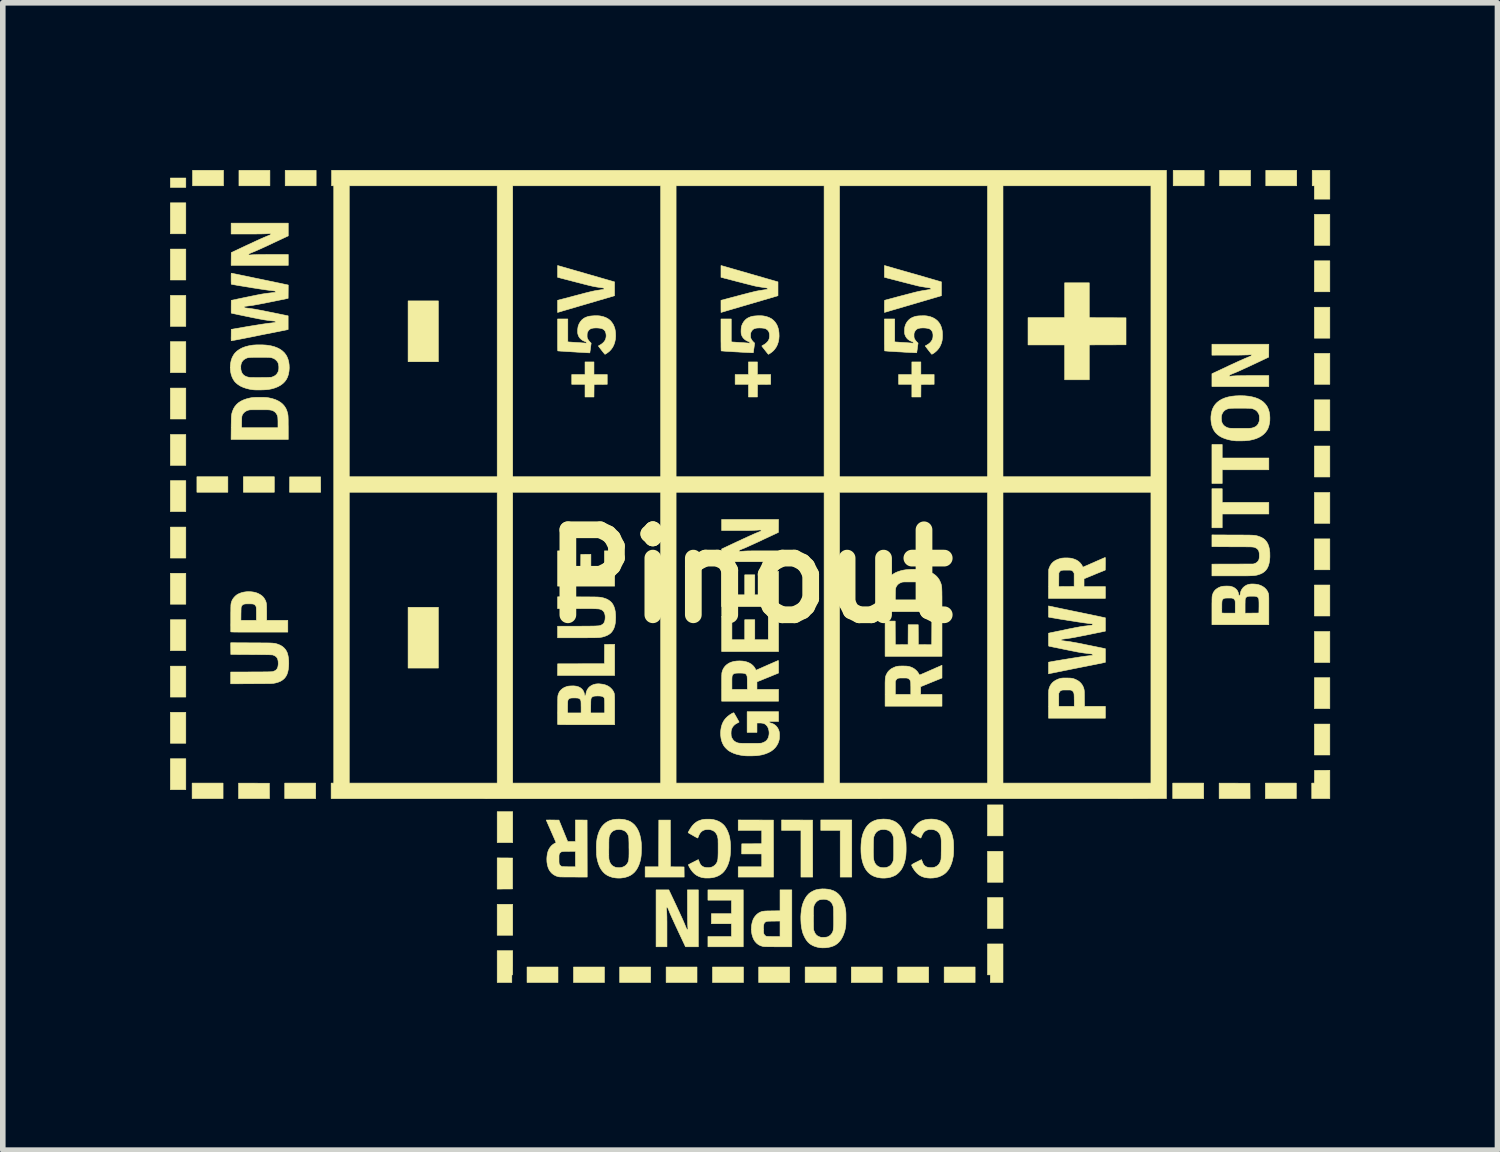
<source format=kicad_pcb>
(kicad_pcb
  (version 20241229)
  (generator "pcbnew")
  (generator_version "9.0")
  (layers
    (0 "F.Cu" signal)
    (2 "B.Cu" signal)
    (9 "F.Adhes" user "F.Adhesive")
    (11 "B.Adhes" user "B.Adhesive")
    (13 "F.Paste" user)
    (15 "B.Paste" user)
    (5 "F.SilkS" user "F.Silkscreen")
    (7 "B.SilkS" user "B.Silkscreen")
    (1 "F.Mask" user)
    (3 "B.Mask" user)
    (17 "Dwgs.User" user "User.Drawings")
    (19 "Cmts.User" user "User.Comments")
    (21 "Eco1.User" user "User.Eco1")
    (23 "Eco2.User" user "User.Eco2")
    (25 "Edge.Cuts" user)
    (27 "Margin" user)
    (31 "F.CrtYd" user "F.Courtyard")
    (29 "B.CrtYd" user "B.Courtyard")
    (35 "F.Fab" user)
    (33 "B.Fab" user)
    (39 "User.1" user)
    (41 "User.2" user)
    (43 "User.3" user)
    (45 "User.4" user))
  (footprint "Pinout"
    (layer "F.Cu")
    (at 10.399 7.285)
    (property "Reference" "Pinout" (at 0 0 0) (layer "F.SilkS") (effects (font (size 1.524 1.524) (thickness 0.3))))
    (attr through_hole)
    (fp_poly (pts (xy -10.117 -6.975) (xy -10.394 -6.975) (xy -10.394 -7.143) (xy -10.117 -7.143) (xy -10.117 -6.975)) (stroke (width 0.01) (type solid)) (fill yes) (layer "F.SilkS"))
    (fp_poly (pts (xy -10.117 -6.143) (xy -10.394 -6.143) (xy -10.394 -6.698) (xy -10.117 -6.698) (xy -10.117 -6.143)) (stroke (width 0.01) (type solid)) (fill yes) (layer "F.SilkS"))
    (fp_poly (pts (xy -10.117 -5.314) (xy -10.394 -5.314) (xy -10.394 -5.869) (xy -10.117 -5.869) (xy -10.117 -5.314)) (stroke (width 0.01) (type solid)) (fill yes) (layer "F.SilkS"))
    (fp_poly (pts (xy -10.117 -4.482) (xy -10.394 -4.482) (xy -10.394 -5.037) (xy -10.117 -5.037) (xy -10.117 -4.482)) (stroke (width 0.01) (type solid)) (fill yes) (layer "F.SilkS"))
    (fp_poly (pts (xy -10.117 -3.654) (xy -10.394 -3.654) (xy -10.394 -4.209) (xy -10.117 -4.209) (xy -10.117 -3.654)) (stroke (width 0.01) (type solid)) (fill yes) (layer "F.SilkS"))
    (fp_poly (pts (xy -10.117 -2.821) (xy -10.394 -2.821) (xy -10.394 -3.376) (xy -10.117 -3.376) (xy -10.117 -2.821)) (stroke (width 0.01) (type solid)) (fill yes) (layer "F.SilkS"))
    (fp_poly (pts (xy -10.117 -1.989) (xy -10.394 -1.989) (xy -10.394 -2.544) (xy -10.117 -2.544) (xy -10.117 -1.989)) (stroke (width 0.01) (type solid)) (fill yes) (layer "F.SilkS"))
    (fp_poly (pts (xy -10.117 -1.161) (xy -10.394 -1.161) (xy -10.394 -1.715) (xy -10.117 -1.715) (xy -10.117 -1.161)) (stroke (width 0.01) (type solid)) (fill yes) (layer "F.SilkS"))
    (fp_poly (pts (xy -10.117 -0.328) (xy -10.394 -0.328) (xy -10.394 -0.883) (xy -10.117 -0.883) (xy -10.117 -0.328)) (stroke (width 0.01) (type solid)) (fill yes) (layer "F.SilkS"))
    (fp_poly (pts (xy -10.117 0.5) (xy -10.394 0.5) (xy -10.394 -0.055) (xy -10.117 -0.055) (xy -10.117 0.5)) (stroke (width 0.01) (type solid)) (fill yes) (layer "F.SilkS"))
    (fp_poly (pts (xy -10.117 1.333) (xy -10.394 1.333) (xy -10.394 0.778) (xy -10.117 0.778) (xy -10.117 1.333)) (stroke (width 0.01) (type solid)) (fill yes) (layer "F.SilkS"))
    (fp_poly (pts (xy -10.117 2.165) (xy -10.394 2.165) (xy -10.394 1.61) (xy -10.117 1.61) (xy -10.117 2.165)) (stroke (width 0.01) (type solid)) (fill yes) (layer "F.SilkS"))
    (fp_poly (pts (xy -10.117 2.993) (xy -10.394 2.993) (xy -10.394 2.438) (xy -10.117 2.438) (xy -10.117 2.993)) (stroke (width 0.01) (type solid)) (fill yes) (layer "F.SilkS"))
    (fp_poly (pts (xy -10.117 3.826) (xy -10.394 3.826) (xy -10.394 3.271) (xy -10.117 3.271) (xy -10.117 3.826)) (stroke (width 0.01) (type solid)) (fill yes) (layer "F.SilkS"))
    (fp_poly (pts (xy -9.449 3.986) (xy -10.004 3.986) (xy -10.004 3.708) (xy -9.449 3.708) (xy -9.449 3.986)) (stroke (width 0.01) (type solid)) (fill yes) (layer "F.SilkS"))
    (fp_poly (pts (xy -9.441 -7.003) (xy -9.996 -7.003) (xy -9.996 -7.28) (xy -9.441 -7.28) (xy -9.441 -7.003)) (stroke (width 0.01) (type solid)) (fill yes) (layer "F.SilkS"))
    (fp_poly (pts (xy -9.363 -1.508) (xy -9.918 -1.508) (xy -9.918 -1.786) (xy -9.363 -1.786) (xy -9.363 -1.508)) (stroke (width 0.01) (type solid)) (fill yes) (layer "F.SilkS"))
    (fp_poly (pts (xy -8.609 -7.003) (xy -9.164 -7.003) (xy -9.164 -7.28) (xy -8.609 -7.28) (xy -8.609 -7.003)) (stroke (width 0.01) (type solid)) (fill yes) (layer "F.SilkS"))
    (fp_poly (pts (xy -8.53 -1.508) (xy -9.085 -1.508) (xy -9.085 -1.786) (xy -8.53 -1.786) (xy -8.53 -1.508)) (stroke (width 0.01) (type solid)) (fill yes) (layer "F.SilkS"))
    (fp_poly (pts (xy -7.788 3.986) (xy -8.343 3.986) (xy -8.343 3.708) (xy -7.788 3.708) (xy -7.788 3.986)) (stroke (width 0.01) (type solid)) (fill yes) (layer "F.SilkS"))
    (fp_poly (pts (xy -7.78 -7.003) (xy -8.335 -7.003) (xy -8.335 -7.28) (xy -7.78 -7.28) (xy -7.78 -7.003)) (stroke (width 0.01) (type solid)) (fill yes) (layer "F.SilkS"))
    (fp_poly (pts (xy -7.698 -1.508) (xy -8.257 -1.508) (xy -8.255 -1.784) (xy -7.7 -1.784) (xy -7.698 -1.508)) (stroke (width 0.01) (type solid)) (fill yes) (layer "F.SilkS"))
    (fp_poly (pts (xy -5.588 -3.849) (xy -6.131 -3.849) (xy -6.131 -4.939) (xy -5.588 -4.939) (xy -5.588 -3.849)) (stroke (width 0.01) (type solid)) (fill yes) (layer "F.SilkS"))
    (fp_poly (pts (xy -5.588 1.645) (xy -6.131 1.645) (xy -6.131 0.555) (xy -5.588 0.555) (xy -5.588 1.645)) (stroke (width 0.01) (type solid)) (fill yes) (layer "F.SilkS"))
    (fp_poly (pts (xy -4.257 5.051) (xy -4.257 5.606) (xy -4.533 5.608) (xy -4.533 5.049) (xy -4.257 5.051)) (stroke (width 0.01) (type solid)) (fill yes) (layer "F.SilkS"))
    (fp_poly (pts (xy -4.255 4.775) (xy -4.533 4.775) (xy -4.533 4.22) (xy -4.255 4.22) (xy -4.255 4.775)) (stroke (width 0.01) (type solid)) (fill yes) (layer "F.SilkS"))
    (fp_poly (pts (xy -4.255 6.436) (xy -4.533 6.436) (xy -4.533 5.881) (xy -4.255 5.881) (xy -4.255 6.436)) (stroke (width 0.01) (type solid)) (fill yes) (layer "F.SilkS"))
    (fp_poly (pts (xy -3.443 7.284) (xy -3.998 7.284) (xy -3.998 7.006) (xy -3.443 7.006) (xy -3.443 7.284)) (stroke (width 0.01) (type solid)) (fill yes) (layer "F.SilkS"))
    (fp_poly (pts (xy -2.61 7.284) (xy -3.165 7.284) (xy -3.165 7.006) (xy -2.61 7.006) (xy -2.61 7.284)) (stroke (width 0.01) (type solid)) (fill yes) (layer "F.SilkS"))
    (fp_poly (pts (xy -1.782 7.284) (xy -2.337 7.284) (xy -2.337 7.006) (xy -1.782 7.006) (xy -1.782 7.284)) (stroke (width 0.01) (type solid)) (fill yes) (layer "F.SilkS"))
    (fp_poly (pts (xy -0.95 7.284) (xy -1.504 7.284) (xy -1.504 7.006) (xy -0.95 7.006) (xy -0.95 7.284)) (stroke (width 0.01) (type solid)) (fill yes) (layer "F.SilkS"))
    (fp_poly (pts (xy -0.117 7.284) (xy -0.672 7.284) (xy -0.672 7.006) (xy -0.117 7.006) (xy -0.117 7.284)) (stroke (width 0.01) (type solid)) (fill yes) (layer "F.SilkS"))
    (fp_poly (pts (xy 0.711 7.284) (xy 0.156 7.284) (xy 0.156 7.006) (xy 0.711 7.006) (xy 0.711 7.284)) (stroke (width 0.01) (type solid)) (fill yes) (layer "F.SilkS"))
    (fp_poly (pts (xy 1.544 7.284) (xy 0.989 7.284) (xy 0.989 7.006) (xy 1.544 7.006) (xy 1.544 7.284)) (stroke (width 0.01) (type solid)) (fill yes) (layer "F.SilkS"))
    (fp_poly (pts (xy 2.372 7.284) (xy 1.817 7.284) (xy 1.817 7.006) (xy 2.372 7.006) (xy 2.372 7.284)) (stroke (width 0.01) (type solid)) (fill yes) (layer "F.SilkS"))
    (fp_poly (pts (xy 3.204 7.284) (xy 2.649 7.284) (xy 2.649 7.006) (xy 3.204 7.006) (xy 3.204 7.284)) (stroke (width 0.01) (type solid)) (fill yes) (layer "F.SilkS"))
    (fp_poly (pts (xy 4.037 7.284) (xy 3.482 7.284) (xy 3.482 7.006) (xy 4.037 7.006) (xy 4.037 7.284)) (stroke (width 0.01) (type solid)) (fill yes) (layer "F.SilkS"))
    (fp_poly (pts (xy 4.537 4.654) (xy 4.259 4.654) (xy 4.259 4.099) (xy 4.537 4.099) (xy 4.537 4.654)) (stroke (width 0.01) (type solid)) (fill yes) (layer "F.SilkS"))
    (fp_poly (pts (xy 4.537 5.486) (xy 4.259 5.486) (xy 4.259 4.932) (xy 4.537 4.932) (xy 4.537 5.486)) (stroke (width 0.01) (type solid)) (fill yes) (layer "F.SilkS"))
    (fp_poly (pts (xy 4.537 6.315) (xy 4.259 6.315) (xy 4.259 5.76) (xy 4.537 5.76) (xy 4.537 6.315)) (stroke (width 0.01) (type solid)) (fill yes) (layer "F.SilkS"))
    (fp_poly (pts (xy 8.136 3.986) (xy 7.581 3.986) (xy 7.581 3.708) (xy 8.136 3.708) (xy 8.136 3.986)) (stroke (width 0.01) (type solid)) (fill yes) (layer "F.SilkS"))
    (fp_poly (pts (xy 8.144 -7.003) (xy 7.589 -7.003) (xy 7.589 -7.28) (xy 8.144 -7.28) (xy 8.144 -7.003)) (stroke (width 0.01) (type solid)) (fill yes) (layer "F.SilkS"))
    (fp_poly (pts (xy 8.966 3.71) (xy 8.968 3.986) (xy 8.413 3.986) (xy 8.413 3.708) (xy 8.966 3.71)) (stroke (width 0.01) (type solid)) (fill yes) (layer "F.SilkS"))
    (fp_poly (pts (xy 8.976 -7.003) (xy 8.421 -7.003) (xy 8.421 -7.28) (xy 8.976 -7.28) (xy 8.976 -7.003)) (stroke (width 0.01) (type solid)) (fill yes) (layer "F.SilkS"))
    (fp_poly (pts (xy 9.797 3.986) (xy 9.242 3.986) (xy 9.242 3.708) (xy 9.797 3.708) (xy 9.797 3.986)) (stroke (width 0.01) (type solid)) (fill yes) (layer "F.SilkS"))
    (fp_poly (pts (xy 9.804 -7.003) (xy 9.25 -7.003) (xy 9.25 -7.28) (xy 9.804 -7.28) (xy 9.804 -7.003)) (stroke (width 0.01) (type solid)) (fill yes) (layer "F.SilkS"))
    (fp_poly (pts (xy 10.398 -5.936) (xy 10.121 -5.936) (xy 10.121 -6.491) (xy 10.398 -6.491) (xy 10.398 -5.936)) (stroke (width 0.01) (type solid)) (fill yes) (layer "F.SilkS"))
    (fp_poly (pts (xy 10.398 -5.103) (xy 10.121 -5.103) (xy 10.121 -5.658) (xy 10.398 -5.658) (xy 10.398 -5.103)) (stroke (width 0.01) (type solid)) (fill yes) (layer "F.SilkS"))
    (fp_poly (pts (xy 10.398 -4.271) (xy 10.121 -4.271) (xy 10.121 -4.826) (xy 10.398 -4.826) (xy 10.398 -4.271)) (stroke (width 0.01) (type solid)) (fill yes) (layer "F.SilkS"))
    (fp_poly (pts (xy 10.398 -3.443) (xy 10.121 -3.443) (xy 10.121 -3.998) (xy 10.398 -3.998) (xy 10.398 -3.443)) (stroke (width 0.01) (type solid)) (fill yes) (layer "F.SilkS"))
    (fp_poly (pts (xy 10.398 -2.61) (xy 10.121 -2.61) (xy 10.121 -3.165) (xy 10.398 -3.165) (xy 10.398 -2.61)) (stroke (width 0.01) (type solid)) (fill yes) (layer "F.SilkS"))
    (fp_poly (pts (xy 10.398 -1.782) (xy 10.121 -1.782) (xy 10.121 -2.337) (xy 10.398 -2.337) (xy 10.398 -1.782)) (stroke (width 0.01) (type solid)) (fill yes) (layer "F.SilkS"))
    (fp_poly (pts (xy 10.398 -0.95) (xy 10.121 -0.95) (xy 10.121 -1.504) (xy 10.398 -1.504) (xy 10.398 -0.95)) (stroke (width 0.01) (type solid)) (fill yes) (layer "F.SilkS"))
    (fp_poly (pts (xy 10.398 -0.117) (xy 10.121 -0.117) (xy 10.121 -0.672) (xy 10.398 -0.672) (xy 10.398 -0.117)) (stroke (width 0.01) (type solid)) (fill yes) (layer "F.SilkS"))
    (fp_poly (pts (xy 10.398 0.711) (xy 10.121 0.711) (xy 10.121 0.156) (xy 10.398 0.156) (xy 10.398 0.711)) (stroke (width 0.01) (type solid)) (fill yes) (layer "F.SilkS"))
    (fp_poly (pts (xy 10.398 1.544) (xy 10.121 1.544) (xy 10.121 0.989) (xy 10.398 0.989) (xy 10.398 1.544)) (stroke (width 0.01) (type solid)) (fill yes) (layer "F.SilkS"))
    (fp_poly (pts (xy 10.398 2.372) (xy 10.121 2.372) (xy 10.121 1.817) (xy 10.398 1.817) (xy 10.398 2.372)) (stroke (width 0.01) (type solid)) (fill yes) (layer "F.SilkS"))
    (fp_poly (pts (xy 10.398 3.204) (xy 10.121 3.204) (xy 10.121 2.649) (xy 10.398 2.649) (xy 10.398 3.204)) (stroke (width 0.01) (type solid)) (fill yes) (layer "F.SilkS"))
    (fp_poly (pts (xy -8.895 3.709) (xy -8.618 3.71) (xy -8.617 3.848) (xy -8.616 3.986) (xy -9.171 3.986) (xy -9.171 3.708) (xy -8.895 3.709)) (stroke (width 0.01) (type solid)) (fill yes) (layer "F.SilkS"))
    (fp_poly (pts (xy 1.825 5.393) (xy 1.618 5.393) (xy 1.618 4.556) (xy 1.27 4.556) (xy 1.27 4.369) (xy 1.825 4.369) (xy 1.825 5.393)) (stroke (width 0.01) (type solid)) (fill yes) (layer "F.SilkS"))
    (fp_poly (pts (xy 4.537 7.284) (xy 4.31 7.284) (xy 4.31 7.147) (xy 4.259 7.147) (xy 4.259 6.592) (xy 4.537 6.592) (xy 4.537 7.284)) (stroke (width 0.01) (type solid)) (fill yes) (layer "F.SilkS"))
    (fp_poly (pts (xy 10.398 -6.764) (xy 10.121 -6.764) (xy 10.121 -7.003) (xy 10.082 -7.003) (xy 10.082 -7.28) (xy 10.398 -7.28) (xy 10.398 -6.764)) (stroke (width 0.01) (type solid)) (fill yes) (layer "F.SilkS"))
    (fp_poly (pts (xy 10.398 3.986) (xy 10.074 3.986) (xy 10.074 3.708) (xy 10.121 3.708) (xy 10.123 3.48) (xy 10.398 3.478) (xy 10.398 3.986)) (stroke (width 0.01) (type solid)) (fill yes) (layer "F.SilkS"))
    (fp_poly (pts (xy 0.845 4.37) (xy 1.123 4.371) (xy 1.125 5.393) (xy 0.914 5.393) (xy 0.914 4.556) (xy 0.567 4.556) (xy 0.567 4.369) (xy 0.845 4.37)) (stroke (width 0.01) (type solid)) (fill yes) (layer "F.SilkS"))
    (fp_poly (pts (xy 8.468 -2.122) (xy 9.304 -2.122) (xy 9.304 -1.911) (xy 8.468 -1.911) (xy 8.468 -1.665) (xy 8.284 -1.665) (xy 8.284 -2.364) (xy 8.468 -2.364) (xy 8.468 -2.122)) (stroke (width 0.01) (type solid)) (fill yes) (layer "F.SilkS"))
    (fp_poly (pts (xy 8.468 -1.325) (xy 9.304 -1.325) (xy 9.304 -1.118) (xy 8.468 -1.118) (xy 8.468 -0.871) (xy 8.284 -0.871) (xy 8.284 -1.571) (xy 8.468 -1.571) (xy 8.468 -1.325)) (stroke (width 0.01) (type solid)) (fill yes) (layer "F.SilkS"))
    (fp_poly (pts (xy -2.427 1.778) (xy -3.451 1.778) (xy -3.45 1.673) (xy -3.449 1.569) (xy -3.029 1.568) (xy -2.61 1.567) (xy -2.609 1.394) (xy -2.608 1.221) (xy -2.427 1.219) (xy -2.427 1.778)) (stroke (width 0.01) (type solid)) (fill yes) (layer "F.SilkS"))
    (fp_poly (pts (xy -1.427 4.79) (xy -1.426 5.209) (xy -1.304 5.21) (xy -1.182 5.211) (xy -1.18 5.393) (xy -1.88 5.393) (xy -1.88 5.209) (xy -1.637 5.209) (xy -1.636 4.79) (xy -1.635 4.371) (xy -1.428 4.371) (xy -1.427 4.79)) (stroke (width 0.01) (type solid)) (fill yes) (layer "F.SilkS"))
    (fp_poly (pts (xy -0.324 0.332) (xy -0.094 0.332) (xy -0.094 -0.027) (xy 0.086 -0.027) (xy 0.086 0.332) (xy 0.328 0.332) (xy 0.328 -0.09) (xy 0.512 -0.09) (xy 0.512 0.543) (xy -0.508 0.543) (xy -0.508 -0.09) (xy -0.324 -0.09) (xy -0.324 0.332)) (stroke (width 0.01) (type solid)) (fill yes) (layer "F.SilkS"))
    (fp_poly (pts (xy -0.324 1.137) (xy -0.094 1.137) (xy -0.094 0.778) (xy 0.086 0.778) (xy 0.086 1.137) (xy 0.328 1.137) (xy 0.328 0.715) (xy 0.512 0.715) (xy 0.512 1.348) (xy -0.508 1.348) (xy -0.508 0.715) (xy -0.324 0.715) (xy -0.324 1.137)) (stroke (width 0.01) (type solid)) (fill yes) (layer "F.SilkS"))
    (fp_poly (pts (xy -0.121 6.643) (xy -0.754 6.643) (xy -0.754 6.459) (xy -0.332 6.459) (xy -0.332 6.229) (xy -0.692 6.229) (xy -0.692 6.049) (xy -0.332 6.049) (xy -0.332 5.807) (xy -0.754 5.807) (xy -0.754 5.623) (xy -0.121 5.623) (xy -0.121 6.643)) (stroke (width 0.01) (type solid)) (fill yes) (layer "F.SilkS"))
    (fp_poly (pts (xy 6.084 -4.638) (xy 6.743 -4.636) (xy 6.743 -4.152) (xy 6.084 -4.15) (xy 6.084 -3.525) (xy 5.643 -3.525) (xy 5.643 -4.15) (xy 4.986 -4.15) (xy 4.986 -4.638) (xy 5.643 -4.638) (xy 5.643 -5.264) (xy 6.084 -5.264) (xy 6.084 -4.638)) (stroke (width 0.01) (type solid)) (fill yes) (layer "F.SilkS"))
    (fp_poly (pts (xy -3.267 -0.035) (xy -3.036 -0.035) (xy -3.035 -0.214) (xy -3.034 -0.393) (xy -2.853 -0.395) (xy -2.853 -0.035) (xy -2.61 -0.035) (xy -2.61 -0.457) (xy -2.427 -0.457) (xy -2.427 0.176) (xy -3.45 0.176) (xy -3.45 -0.457) (xy -3.267 -0.457) (xy -3.267 -0.035)) (stroke (width 0.01) (type solid)) (fill yes) (layer "F.SilkS"))
    (fp_poly (pts (xy -2.798 -3.619) (xy -2.56 -3.619) (xy -2.56 -3.443) (xy -2.796 -3.441) (xy -2.797 -3.328) (xy -2.798 -3.216) (xy -2.958 -3.216) (xy -2.958 -3.443) (xy -3.196 -3.443) (xy -3.196 -3.619) (xy -2.958 -3.619) (xy -2.958 -3.845) (xy -2.798 -3.845) (xy -2.798 -3.619)) (stroke (width 0.01) (type solid)) (fill yes) (layer "F.SilkS"))
    (fp_poly (pts (xy 0.133 -3.619) (xy 0.371 -3.619) (xy 0.371 -3.443) (xy 0.135 -3.441) (xy 0.134 -3.328) (xy 0.133 -3.216) (xy -0.027 -3.216) (xy -0.027 -3.443) (xy -0.266 -3.443) (xy -0.266 -3.619) (xy -0.027 -3.619) (xy -0.027 -3.845) (xy 0.133 -3.845) (xy 0.133 -3.619)) (stroke (width 0.01) (type solid)) (fill yes) (layer "F.SilkS"))
    (fp_poly (pts (xy 3.064 -3.619) (xy 3.302 -3.619) (xy 3.302 -3.443) (xy 3.184 -3.442) (xy 3.066 -3.441) (xy 3.065 -3.328) (xy 3.064 -3.216) (xy 2.903 -3.216) (xy 2.903 -3.443) (xy 2.665 -3.443) (xy 2.665 -3.619) (xy 2.903 -3.619) (xy 2.903 -3.845) (xy 3.064 -3.845) (xy 3.064 -3.619)) (stroke (width 0.01) (type solid)) (fill yes) (layer "F.SilkS"))
    (fp_poly (pts (xy 0.42 4.371) (xy 0.421 4.882) (xy 0.422 5.393) (xy -0.211 5.393) (xy -0.211 5.209) (xy 0.211 5.209) (xy 0.211 4.978) (xy -0.149 4.978) (xy -0.148 4.888) (xy -0.147 4.797) (xy 0.032 4.796) (xy 0.211 4.795) (xy 0.211 4.556) (xy -0.211 4.556) (xy -0.211 4.369) (xy 0.42 4.371)) (stroke (width 0.01) (type solid)) (fill yes) (layer "F.SilkS"))
    (fp_poly (pts (xy 3.443 1.434) (xy 2.423 1.434) (xy 2.423 0.801) (xy 2.604 0.803) (xy 2.605 1.015) (xy 2.606 1.227) (xy 2.721 1.226) (xy 2.835 1.225) (xy 2.837 0.868) (xy 3.017 0.868) (xy 3.019 1.225) (xy 3.139 1.226) (xy 3.259 1.227) (xy 3.26 1.015) (xy 3.261 0.803) (xy 3.443 0.801) (xy 3.443 1.434)) (stroke (width 0.01) (type solid)) (fill yes) (layer "F.SilkS"))
    (fp_poly (pts (xy -4.255 6.93) (xy -4.255 6.977) (xy -4.256 7.016) (xy -4.256 7.049) (xy -4.256 7.076) (xy -4.256 7.097) (xy -4.256 7.114) (xy -4.257 7.126) (xy -4.257 7.135) (xy -4.258 7.141) (xy -4.259 7.145) (xy -4.261 7.146) (xy -4.262 7.147) (xy -4.263 7.147) (xy -4.266 7.148) (xy -4.268 7.149) (xy -4.27 7.153) (xy -4.27 7.161) (xy -4.271 7.174) (xy -4.271 7.192) (xy -4.271 7.216) (xy -4.271 7.284) (xy -4.533 7.284) (xy -4.533 6.713) (xy -4.255 6.713) (xy -4.255 6.93)) (stroke (width 0.01) (type solid)) (fill yes) (layer "F.SilkS"))
    (fp_poly (pts (xy -1.33 5.888) (xy -1.309 5.933) (xy -1.288 5.979) (xy -1.267 6.023) (xy -1.248 6.066) (xy -1.229 6.107) (xy -1.212 6.144) (xy -1.197 6.178) (xy -1.185 6.206) (xy -1.175 6.229) (xy -1.17 6.241) (xy -1.159 6.268) (xy -1.15 6.289) (xy -1.144 6.305) (xy -1.139 6.316) (xy -1.134 6.323) (xy -1.131 6.327) (xy -1.128 6.329) (xy -1.124 6.33) (xy -1.123 6.33) (xy -1.112 6.331) (xy -1.116 6.265) (xy -1.117 6.246) (xy -1.118 6.219) (xy -1.119 6.185) (xy -1.12 6.144) (xy -1.12 6.097) (xy -1.121 6.044) (xy -1.121 5.985) (xy -1.121 5.92) (xy -1.121 5.911) (xy -1.122 5.623) (xy -0.926 5.623) (xy -0.926 6.643) (xy -1.156 6.643) (xy -1.285 6.369) (xy -1.306 6.323) (xy -1.328 6.277) (xy -1.348 6.233) (xy -1.368 6.19) (xy -1.386 6.15) (xy -1.403 6.113) (xy -1.417 6.081) (xy -1.43 6.053) (xy -1.439 6.031) (xy -1.445 6.016) (xy -1.455 5.99) (xy -1.463 5.971) (xy -1.469 5.957) (xy -1.474 5.947) (xy -1.478 5.942) (xy -1.481 5.938) (xy -1.485 5.937) (xy -1.488 5.937) (xy -1.5 5.935) (xy -1.498 5.954) (xy -1.497 5.976) (xy -1.495 5.999) (xy -1.493 6.023) (xy -1.492 6.05) (xy -1.491 6.079) (xy -1.49 6.113) (xy -1.49 6.15) (xy -1.489 6.193) (xy -1.489 6.242) (xy -1.489 6.296) (xy -1.489 6.358) (xy -1.489 6.643) (xy -1.684 6.643) (xy -1.684 5.623) (xy -1.455 5.623) (xy -1.33 5.888)) (stroke (width 0.01) (type solid)) (fill yes) (layer "F.SilkS"))
    (fp_poly (pts (xy 9.302 -3.931) (xy 9.04 -3.807) (xy 8.995 -3.786) (xy 8.95 -3.765) (xy 8.905 -3.744) (xy 8.862 -3.725) (xy 8.822 -3.706) (xy 8.784 -3.689) (xy 8.751 -3.674) (xy 8.722 -3.662) (xy 8.7 -3.652) (xy 8.689 -3.648) (xy 8.661 -3.637) (xy 8.64 -3.628) (xy 8.624 -3.621) (xy 8.613 -3.616) (xy 8.605 -3.612) (xy 8.601 -3.608) (xy 8.599 -3.605) (xy 8.598 -3.601) (xy 8.598 -3.6) (xy 8.596 -3.588) (xy 8.615 -3.589) (xy 8.637 -3.591) (xy 8.66 -3.593) (xy 8.684 -3.594) (xy 8.711 -3.596) (xy 8.74 -3.597) (xy 8.774 -3.597) (xy 8.811 -3.598) (xy 8.854 -3.598) (xy 8.903 -3.599) (xy 8.958 -3.599) (xy 9.02 -3.599) (xy 9.304 -3.599) (xy 9.304 -3.404) (xy 8.284 -3.404) (xy 8.284 -3.633) (xy 8.549 -3.757) (xy 8.594 -3.779) (xy 8.64 -3.8) (xy 8.684 -3.82) (xy 8.727 -3.84) (xy 8.768 -3.859) (xy 8.805 -3.875) (xy 8.839 -3.89) (xy 8.867 -3.903) (xy 8.89 -3.913) (xy 8.902 -3.917) (xy 8.929 -3.929) (xy 8.95 -3.937) (xy 8.966 -3.944) (xy 8.977 -3.949) (xy 8.984 -3.953) (xy 8.988 -3.957) (xy 8.99 -3.96) (xy 8.991 -3.963) (xy 8.991 -3.965) (xy 8.992 -3.976) (xy 8.926 -3.971) (xy 8.907 -3.97) (xy 8.881 -3.97) (xy 8.847 -3.969) (xy 8.807 -3.968) (xy 8.761 -3.967) (xy 8.709 -3.967) (xy 8.651 -3.967) (xy 8.588 -3.967) (xy 8.572 -3.967) (xy 8.284 -3.966) (xy 8.284 -4.162) (xy 9.304 -4.162) (xy 9.302 -3.931)) (stroke (width 0.01) (type solid)) (fill yes) (layer "F.SilkS"))
    (fp_poly (pts (xy -8.28 -6.105) (xy -8.549 -5.979) (xy -8.595 -5.957) (xy -8.64 -5.936) (xy -8.685 -5.915) (xy -8.727 -5.896) (xy -8.768 -5.877) (xy -8.805 -5.861) (xy -8.838 -5.846) (xy -8.866 -5.834) (xy -8.889 -5.824) (xy -8.902 -5.819) (xy -8.929 -5.808) (xy -8.949 -5.8) (xy -8.964 -5.793) (xy -8.974 -5.788) (xy -8.981 -5.784) (xy -8.984 -5.781) (xy -8.986 -5.778) (xy -8.987 -5.774) (xy -8.987 -5.773) (xy -8.987 -5.765) (xy -8.985 -5.762) (xy -8.978 -5.762) (xy -8.971 -5.762) (xy -8.949 -5.764) (xy -8.925 -5.766) (xy -8.901 -5.767) (xy -8.875 -5.768) (xy -8.845 -5.769) (xy -8.813 -5.77) (xy -8.776 -5.771) (xy -8.735 -5.771) (xy -8.688 -5.771) (xy -8.635 -5.772) (xy -8.575 -5.772) (xy -8.563 -5.772) (xy -8.28 -5.772) (xy -8.28 -5.576) (xy -9.304 -5.576) (xy -9.302 -5.805) (xy -9.031 -5.933) (xy -8.985 -5.954) (xy -8.939 -5.975) (xy -8.895 -5.996) (xy -8.852 -6.016) (xy -8.812 -6.034) (xy -8.775 -6.051) (xy -8.742 -6.065) (xy -8.714 -6.078) (xy -8.691 -6.087) (xy -8.677 -6.093) (xy -8.651 -6.104) (xy -8.631 -6.112) (xy -8.616 -6.118) (xy -8.606 -6.123) (xy -8.6 -6.126) (xy -8.596 -6.13) (xy -8.594 -6.133) (xy -8.594 -6.137) (xy -8.594 -6.138) (xy -8.593 -6.146) (xy -8.596 -6.149) (xy -8.603 -6.149) (xy -8.607 -6.148) (xy -8.627 -6.146) (xy -8.65 -6.145) (xy -8.675 -6.143) (xy -8.705 -6.142) (xy -8.739 -6.141) (xy -8.778 -6.14) (xy -8.822 -6.14) (xy -8.872 -6.139) (xy -8.928 -6.139) (xy -8.992 -6.139) (xy -9.021 -6.139) (xy -9.304 -6.139) (xy -9.304 -6.334) (xy -8.28 -6.334) (xy -8.28 -6.105)) (stroke (width 0.01) (type solid)) (fill yes) (layer "F.SilkS"))
    (fp_poly (pts (xy 0.75 6.643) (xy 0.503 6.643) (xy 0.449 6.643) (xy 0.402 6.642) (xy 0.363 6.642) (xy 0.329 6.642) (xy 0.301 6.641) (xy 0.279 6.641) (xy 0.261 6.64) (xy 0.248 6.639) (xy 0.238 6.638) (xy 0.233 6.637) (xy 0.19 6.624) (xy 0.152 6.605) (xy 0.119 6.579) (xy 0.09 6.547) (xy 0.068 6.512) (xy 0.049 6.468) (xy 0.035 6.419) (xy 0.027 6.368) (xy 0.025 6.317) (xy 0.243 6.317) (xy 0.243 6.336) (xy 0.244 6.361) (xy 0.244 6.379) (xy 0.245 6.393) (xy 0.247 6.403) (xy 0.249 6.411) (xy 0.252 6.417) (xy 0.253 6.419) (xy 0.266 6.437) (xy 0.284 6.451) (xy 0.296 6.456) (xy 0.303 6.456) (xy 0.316 6.457) (xy 0.335 6.458) (xy 0.358 6.458) (xy 0.385 6.459) (xy 0.415 6.459) (xy 0.423 6.459) (xy 0.539 6.459) (xy 0.539 6.181) (xy 0.423 6.183) (xy 0.39 6.183) (xy 0.363 6.184) (xy 0.342 6.184) (xy 0.326 6.185) (xy 0.314 6.186) (xy 0.306 6.187) (xy 0.299 6.188) (xy 0.293 6.19) (xy 0.289 6.192) (xy 0.275 6.2) (xy 0.263 6.21) (xy 0.255 6.222) (xy 0.249 6.238) (xy 0.245 6.259) (xy 0.243 6.285) (xy 0.243 6.317) (xy 0.025 6.317) (xy 0.025 6.315) (xy 0.028 6.263) (xy 0.038 6.212) (xy 0.053 6.164) (xy 0.053 6.162) (xy 0.071 6.126) (xy 0.094 6.093) (xy 0.121 6.064) (xy 0.151 6.04) (xy 0.173 6.028) (xy 0.187 6.021) (xy 0.199 6.016) (xy 0.212 6.012) (xy 0.224 6.008) (xy 0.239 6.006) (xy 0.256 6.004) (xy 0.277 6.002) (xy 0.301 6.001) (xy 0.332 6) (xy 0.368 6) (xy 0.396 5.999) (xy 0.539 5.998) (xy 0.539 5.623) (xy 0.75 5.623) (xy 0.75 6.643)) (stroke (width 0.01) (type solid)) (fill yes) (layer "F.SilkS"))
    (fp_poly (pts (xy 0.51 -0.788) (xy 0.238 -0.661) (xy 0.193 -0.639) (xy 0.147 -0.618) (xy 0.103 -0.598) (xy 0.06 -0.578) (xy 0.02 -0.56) (xy -0.017 -0.543) (xy -0.05 -0.528) (xy -0.078 -0.516) (xy -0.1 -0.506) (xy -0.114 -0.501) (xy -0.141 -0.49) (xy -0.16 -0.482) (xy -0.175 -0.476) (xy -0.185 -0.471) (xy -0.191 -0.467) (xy -0.194 -0.464) (xy -0.195 -0.461) (xy -0.195 -0.457) (xy -0.195 -0.457) (xy -0.195 -0.449) (xy -0.192 -0.446) (xy -0.188 -0.446) (xy -0.177 -0.447) (xy -0.16 -0.448) (xy -0.139 -0.449) (xy -0.116 -0.451) (xy -0.111 -0.451) (xy -0.091 -0.453) (xy -0.069 -0.454) (xy -0.042 -0.455) (xy -0.012 -0.455) (xy 0.023 -0.456) (xy 0.063 -0.457) (xy 0.11 -0.457) (xy 0.162 -0.457) (xy 0.222 -0.457) (xy 0.239 -0.457) (xy 0.512 -0.457) (xy 0.512 -0.262) (xy -0.508 -0.262) (xy -0.508 -0.49) (xy -0.228 -0.622) (xy -0.181 -0.643) (xy -0.136 -0.665) (xy -0.091 -0.685) (xy -0.049 -0.705) (xy -0.009 -0.723) (xy 0.028 -0.739) (xy 0.06 -0.754) (xy 0.088 -0.766) (xy 0.11 -0.775) (xy 0.125 -0.782) (xy 0.126 -0.782) (xy 0.151 -0.792) (xy 0.169 -0.799) (xy 0.182 -0.805) (xy 0.191 -0.809) (xy 0.196 -0.813) (xy 0.198 -0.816) (xy 0.199 -0.819) (xy 0.199 -0.821) (xy 0.199 -0.825) (xy 0.199 -0.828) (xy 0.197 -0.83) (xy 0.193 -0.831) (xy 0.185 -0.832) (xy 0.174 -0.832) (xy 0.158 -0.831) (xy 0.136 -0.829) (xy 0.107 -0.827) (xy 0.096 -0.827) (xy 0.074 -0.825) (xy 0.049 -0.824) (xy 0.02 -0.823) (xy -0.014 -0.822) (xy -0.053 -0.822) (xy -0.098 -0.821) (xy -0.15 -0.821) (xy -0.208 -0.821) (xy -0.245 -0.821) (xy -0.508 -0.821) (xy -0.508 -1.02) (xy 0.512 -1.02) (xy 0.51 -0.788)) (stroke (width 0.01) (type solid)) (fill yes) (layer "F.SilkS"))
    (fp_poly (pts (xy 5.711 1.824) (xy 5.74 1.825) (xy 5.764 1.827) (xy 5.785 1.831) (xy 5.805 1.836) (xy 5.825 1.844) (xy 5.847 1.853) (xy 5.857 1.859) (xy 5.878 1.87) (xy 5.896 1.881) (xy 5.912 1.895) (xy 5.924 1.906) (xy 5.948 1.933) (xy 5.966 1.961) (xy 5.98 1.992) (xy 5.987 2.015) (xy 5.99 2.024) (xy 5.991 2.032) (xy 5.993 2.042) (xy 5.994 2.053) (xy 5.995 2.067) (xy 5.996 2.085) (xy 5.996 2.107) (xy 5.997 2.135) (xy 5.997 2.169) (xy 5.997 2.189) (xy 5.999 2.333) (xy 6.373 2.333) (xy 6.373 2.544) (xy 5.354 2.544) (xy 5.354 2.299) (xy 5.354 2.249) (xy 5.354 2.206) (xy 5.354 2.169) (xy 5.354 2.138) (xy 5.354 2.113) (xy 5.354 2.099) (xy 5.537 2.099) (xy 5.537 2.333) (xy 5.815 2.333) (xy 5.815 2.228) (xy 5.814 2.197) (xy 5.814 2.168) (xy 5.813 2.143) (xy 5.812 2.123) (xy 5.811 2.109) (xy 5.81 2.103) (xy 5.802 2.079) (xy 5.789 2.06) (xy 5.772 2.048) (xy 5.765 2.044) (xy 5.759 2.042) (xy 5.753 2.04) (xy 5.743 2.039) (xy 5.731 2.038) (xy 5.714 2.038) (xy 5.691 2.038) (xy 5.676 2.038) (xy 5.649 2.038) (xy 5.629 2.038) (xy 5.614 2.039) (xy 5.603 2.039) (xy 5.595 2.041) (xy 5.588 2.043) (xy 5.582 2.046) (xy 5.578 2.048) (xy 5.565 2.056) (xy 5.555 2.066) (xy 5.548 2.079) (xy 5.537 2.099) (xy 5.354 2.099) (xy 5.355 2.092) (xy 5.355 2.075) (xy 5.356 2.062) (xy 5.356 2.051) (xy 5.357 2.042) (xy 5.359 2.034) (xy 5.36 2.027) (xy 5.361 2.021) (xy 5.375 1.979) (xy 5.395 1.942) (xy 5.421 1.909) (xy 5.454 1.881) (xy 5.493 1.858) (xy 5.537 1.839) (xy 5.561 1.832) (xy 5.573 1.829) (xy 5.584 1.827) (xy 5.596 1.825) (xy 5.61 1.824) (xy 5.627 1.823) (xy 5.649 1.823) (xy 5.676 1.823) (xy 5.711 1.824)) (stroke (width 0.01) (type solid)) (fill yes) (layer "F.SilkS"))
    (fp_poly (pts (xy 8.653 -0.741) (xy 8.717 -0.741) (xy 8.774 -0.741) (xy 8.825 -0.741) (xy 8.869 -0.74) (xy 8.908 -0.74) (xy 8.941 -0.74) (xy 8.97 -0.739) (xy 8.995 -0.738) (xy 9.016 -0.737) (xy 9.034 -0.736) (xy 9.049 -0.734) (xy 9.063 -0.733) (xy 9.075 -0.73) (xy 9.086 -0.728) (xy 9.097 -0.725) (xy 9.108 -0.722) (xy 9.12 -0.718) (xy 9.129 -0.715) (xy 9.172 -0.698) (xy 9.209 -0.676) (xy 9.24 -0.649) (xy 9.267 -0.616) (xy 9.288 -0.578) (xy 9.304 -0.534) (xy 9.315 -0.485) (xy 9.322 -0.429) (xy 9.323 -0.368) (xy 9.323 -0.343) (xy 9.318 -0.286) (xy 9.309 -0.234) (xy 9.296 -0.189) (xy 9.278 -0.149) (xy 9.255 -0.115) (xy 9.227 -0.086) (xy 9.194 -0.062) (xy 9.155 -0.043) (xy 9.11 -0.028) (xy 9.101 -0.025) (xy 9.09 -0.022) (xy 9.078 -0.02) (xy 9.067 -0.018) (xy 9.054 -0.016) (xy 9.041 -0.014) (xy 9.025 -0.013) (xy 9.007 -0.012) (xy 8.987 -0.011) (xy 8.962 -0.01) (xy 8.934 -0.009) (xy 8.901 -0.009) (xy 8.864 -0.008) (xy 8.82 -0.008) (xy 8.771 -0.008) (xy 8.715 -0.008) (xy 8.652 -0.008) (xy 8.639 -0.008) (xy 8.284 -0.008) (xy 8.284 -0.219) (xy 8.655 -0.22) (xy 9.025 -0.221) (xy 9.052 -0.23) (xy 9.071 -0.238) (xy 9.085 -0.247) (xy 9.099 -0.259) (xy 9.112 -0.274) (xy 9.122 -0.289) (xy 9.128 -0.307) (xy 9.132 -0.328) (xy 9.134 -0.354) (xy 9.134 -0.375) (xy 9.133 -0.411) (xy 9.128 -0.44) (xy 9.12 -0.463) (xy 9.107 -0.482) (xy 9.09 -0.498) (xy 9.078 -0.506) (xy 9.071 -0.509) (xy 9.064 -0.513) (xy 9.058 -0.516) (xy 9.052 -0.518) (xy 9.045 -0.521) (xy 9.036 -0.523) (xy 9.026 -0.524) (xy 9.013 -0.526) (xy 8.998 -0.527) (xy 8.979 -0.528) (xy 8.956 -0.528) (xy 8.929 -0.529) (xy 8.898 -0.529) (xy 8.861 -0.53) (xy 8.818 -0.53) (xy 8.769 -0.53) (xy 8.713 -0.53) (xy 8.651 -0.53) (xy 8.284 -0.532) (xy 8.284 -0.743) (xy 8.653 -0.741)) (stroke (width 0.01) (type solid)) (fill yes) (layer "F.SilkS"))
    (fp_poly (pts (xy 6.37 -0.338) (xy 6.371 -0.334) (xy 6.372 -0.325) (xy 6.373 -0.312) (xy 6.373 -0.292) (xy 6.373 -0.267) (xy 6.373 -0.235) (xy 6.373 -0.227) (xy 6.371 -0.112) (xy 6.205 -0.045) (xy 6.17 -0.03) (xy 6.137 -0.016) (xy 6.106 -0.004) (xy 6.078 0.008) (xy 6.053 0.018) (xy 6.034 0.026) (xy 6.021 0.031) (xy 6.015 0.034) (xy 5.99 0.044) (xy 5.99 0.184) (xy 6.373 0.184) (xy 6.373 0.395) (xy 5.353 0.395) (xy 5.354 0.184) (xy 5.537 0.184) (xy 5.813 0.182) (xy 5.813 -0.053) (xy 5.803 -0.072) (xy 5.792 -0.089) (xy 5.777 -0.1) (xy 5.775 -0.102) (xy 5.769 -0.105) (xy 5.764 -0.107) (xy 5.757 -0.109) (xy 5.748 -0.11) (xy 5.736 -0.111) (xy 5.719 -0.111) (xy 5.697 -0.111) (xy 5.676 -0.111) (xy 5.645 -0.111) (xy 5.62 -0.111) (xy 5.601 -0.109) (xy 5.586 -0.106) (xy 5.575 -0.103) (xy 5.566 -0.097) (xy 5.559 -0.089) (xy 5.552 -0.08) (xy 5.551 -0.079) (xy 5.539 -0.062) (xy 5.538 0.061) (xy 5.537 0.184) (xy 5.354 0.184) (xy 5.354 0.138) (xy 5.356 -0.119) (xy 5.366 -0.151) (xy 5.384 -0.191) (xy 5.407 -0.226) (xy 5.437 -0.257) (xy 5.473 -0.283) (xy 5.515 -0.303) (xy 5.563 -0.319) (xy 5.586 -0.325) (xy 5.604 -0.327) (xy 5.627 -0.329) (xy 5.655 -0.33) (xy 5.683 -0.33) (xy 5.712 -0.329) (xy 5.738 -0.327) (xy 5.759 -0.324) (xy 5.766 -0.323) (xy 5.814 -0.309) (xy 5.856 -0.291) (xy 5.893 -0.267) (xy 5.923 -0.239) (xy 5.948 -0.207) (xy 5.958 -0.188) (xy 5.964 -0.176) (xy 5.968 -0.168) (xy 5.969 -0.165) (xy 5.973 -0.166) (xy 5.983 -0.17) (xy 5.999 -0.177) (xy 6.02 -0.186) (xy 6.046 -0.197) (xy 6.076 -0.21) (xy 6.109 -0.225) (xy 6.144 -0.24) (xy 6.167 -0.25) (xy 6.204 -0.267) (xy 6.239 -0.282) (xy 6.271 -0.296) (xy 6.3 -0.309) (xy 6.324 -0.319) (xy 6.344 -0.328) (xy 6.358 -0.334) (xy 6.367 -0.338) (xy 6.369 -0.339) (xy 6.37 -0.338)) (stroke (width 0.01) (type solid)) (fill yes) (layer "F.SilkS"))
    (fp_poly (pts (xy -3.44 -5.571) (xy -3.435 -5.57) (xy -3.423 -5.566) (xy -3.404 -5.561) (xy -3.379 -5.554) (xy -3.349 -5.545) (xy -3.313 -5.535) (xy -3.272 -5.523) (xy -3.227 -5.51) (xy -3.178 -5.496) (xy -3.126 -5.481) (xy -3.07 -5.465) (xy -3.012 -5.449) (xy -2.952 -5.431) (xy -2.929 -5.424) (xy -2.429 -5.28) (xy -2.429 -5.032) (xy -2.939 -4.882) (xy -3 -4.864) (xy -3.059 -4.847) (xy -3.116 -4.83) (xy -3.169 -4.814) (xy -3.219 -4.8) (xy -3.266 -4.786) (xy -3.308 -4.774) (xy -3.346 -4.763) (xy -3.378 -4.753) (xy -3.405 -4.745) (xy -3.426 -4.739) (xy -3.441 -4.735) (xy -3.448 -4.733) (xy -3.45 -4.732) (xy -3.45 -4.736) (xy -3.45 -4.747) (xy -3.45 -4.763) (xy -3.45 -4.784) (xy -3.45 -4.809) (xy -3.45 -4.837) (xy -3.45 -4.95) (xy -3.137 -5.032) (xy -3.08 -5.047) (xy -3.03 -5.06) (xy -2.986 -5.072) (xy -2.948 -5.082) (xy -2.915 -5.09) (xy -2.887 -5.097) (xy -2.862 -5.103) (xy -2.84 -5.108) (xy -2.821 -5.113) (xy -2.803 -5.116) (xy -2.787 -5.12) (xy -2.771 -5.122) (xy -2.756 -5.125) (xy -2.739 -5.128) (xy -2.731 -5.129) (xy -2.699 -5.134) (xy -2.673 -5.138) (xy -2.654 -5.141) (xy -2.639 -5.143) (xy -2.629 -5.145) (xy -2.623 -5.147) (xy -2.62 -5.149) (xy -2.618 -5.152) (xy -2.618 -5.154) (xy -2.618 -5.158) (xy -2.618 -5.158) (xy -2.619 -5.167) (xy -2.621 -5.17) (xy -2.626 -5.17) (xy -2.637 -5.172) (xy -2.654 -5.175) (xy -2.675 -5.178) (xy -2.7 -5.181) (xy -2.726 -5.185) (xy -2.746 -5.188) (xy -2.764 -5.191) (xy -2.781 -5.194) (xy -2.798 -5.197) (xy -2.816 -5.201) (xy -2.835 -5.205) (xy -2.856 -5.21) (xy -2.88 -5.215) (xy -2.907 -5.222) (xy -2.938 -5.23) (xy -2.974 -5.239) (xy -3.015 -5.25) (xy -3.063 -5.262) (xy -3.117 -5.276) (xy -3.121 -5.277) (xy -3.168 -5.289) (xy -3.213 -5.301) (xy -3.255 -5.312) (xy -3.295 -5.322) (xy -3.33 -5.331) (xy -3.362 -5.34) (xy -3.388 -5.346) (xy -3.409 -5.352) (xy -3.424 -5.356) (xy -3.431 -5.357) (xy -3.432 -5.358) (xy -3.45 -5.362) (xy -3.45 -5.573) (xy -3.44 -5.571)) (stroke (width 0.01) (type solid)) (fill yes) (layer "F.SilkS"))
    (fp_poly (pts (xy -3.082 0.368) (xy -3.019 0.369) (xy -2.964 0.369) (xy -2.915 0.369) (xy -2.873 0.369) (xy -2.836 0.37) (xy -2.805 0.37) (xy -2.778 0.37) (xy -2.756 0.371) (xy -2.737 0.371) (xy -2.722 0.372) (xy -2.709 0.373) (xy -2.698 0.374) (xy -2.69 0.375) (xy -2.682 0.376) (xy -2.677 0.376) (xy -2.624 0.388) (xy -2.578 0.404) (xy -2.539 0.424) (xy -2.505 0.448) (xy -2.477 0.476) (xy -2.455 0.51) (xy -2.438 0.546) (xy -2.425 0.586) (xy -2.416 0.631) (xy -2.411 0.681) (xy -2.409 0.734) (xy -2.411 0.789) (xy -2.415 0.836) (xy -2.425 0.887) (xy -2.44 0.932) (xy -2.461 0.972) (xy -2.487 1.006) (xy -2.493 1.013) (xy -2.523 1.037) (xy -2.559 1.058) (xy -2.601 1.075) (xy -2.649 1.089) (xy -2.701 1.097) (xy -2.705 1.098) (xy -2.717 1.099) (xy -2.736 1.099) (xy -2.762 1.1) (xy -2.796 1.101) (xy -2.836 1.101) (xy -2.883 1.101) (xy -2.936 1.102) (xy -2.996 1.102) (xy -3.062 1.102) (xy -3.097 1.102) (xy -3.45 1.102) (xy -3.45 0.895) (xy -3.09 0.894) (xy -3.026 0.894) (xy -2.97 0.893) (xy -2.921 0.893) (xy -2.877 0.893) (xy -2.84 0.892) (xy -2.808 0.892) (xy -2.781 0.891) (xy -2.758 0.89) (xy -2.739 0.889) (xy -2.723 0.888) (xy -2.71 0.887) (xy -2.699 0.885) (xy -2.69 0.883) (xy -2.682 0.881) (xy -2.675 0.878) (xy -2.669 0.875) (xy -2.662 0.872) (xy -2.659 0.87) (xy -2.638 0.857) (xy -2.622 0.84) (xy -2.61 0.819) (xy -2.602 0.792) (xy -2.598 0.768) (xy -2.596 0.729) (xy -2.599 0.694) (xy -2.607 0.663) (xy -2.621 0.636) (xy -2.639 0.615) (xy -2.662 0.6) (xy -2.666 0.598) (xy -2.674 0.595) (xy -2.681 0.592) (xy -2.689 0.589) (xy -2.698 0.587) (xy -2.708 0.585) (xy -2.719 0.584) (xy -2.734 0.583) (xy -2.751 0.582) (xy -2.771 0.581) (xy -2.796 0.58) (xy -2.825 0.579) (xy -2.859 0.579) (xy -2.898 0.579) (xy -2.943 0.579) (xy -2.995 0.579) (xy -3.054 0.578) (xy -3.098 0.578) (xy -3.45 0.578) (xy -3.45 0.367) (xy -3.082 0.368)) (stroke (width 0.01) (type solid)) (fill yes) (layer "F.SilkS"))
    (fp_poly (pts (xy -0.509 -5.571) (xy -0.504 -5.57) (xy -0.492 -5.566) (xy -0.473 -5.561) (xy -0.448 -5.554) (xy -0.418 -5.545) (xy -0.382 -5.535) (xy -0.341 -5.523) (xy -0.296 -5.51) (xy -0.247 -5.496) (xy -0.195 -5.481) (xy -0.14 -5.465) (xy -0.081 -5.449) (xy -0.021 -5.431) (xy 0.002 -5.424) (xy 0.502 -5.28) (xy 0.502 -5.032) (xy -0.008 -4.882) (xy -0.069 -4.864) (xy -0.128 -4.847) (xy -0.185 -4.83) (xy -0.238 -4.814) (xy -0.289 -4.8) (xy -0.335 -4.786) (xy -0.377 -4.774) (xy -0.415 -4.763) (xy -0.447 -4.753) (xy -0.474 -4.745) (xy -0.495 -4.739) (xy -0.51 -4.735) (xy -0.518 -4.733) (xy -0.519 -4.732) (xy -0.519 -4.736) (xy -0.519 -4.747) (xy -0.519 -4.763) (xy -0.52 -4.784) (xy -0.52 -4.809) (xy -0.52 -4.837) (xy -0.52 -4.841) (xy -0.52 -4.95) (xy -0.212 -5.031) (xy -0.156 -5.046) (xy -0.106 -5.059) (xy -0.063 -5.07) (xy -0.026 -5.08) (xy 0.007 -5.088) (xy 0.035 -5.095) (xy 0.06 -5.101) (xy 0.082 -5.107) (xy 0.101 -5.111) (xy 0.119 -5.115) (xy 0.136 -5.118) (xy 0.152 -5.121) (xy 0.168 -5.124) (xy 0.186 -5.126) (xy 0.191 -5.127) (xy 0.225 -5.133) (xy 0.252 -5.137) (xy 0.273 -5.14) (xy 0.289 -5.143) (xy 0.299 -5.145) (xy 0.307 -5.147) (xy 0.311 -5.149) (xy 0.312 -5.151) (xy 0.313 -5.153) (xy 0.313 -5.156) (xy 0.313 -5.158) (xy 0.312 -5.166) (xy 0.31 -5.17) (xy 0.305 -5.17) (xy 0.294 -5.172) (xy 0.277 -5.175) (xy 0.256 -5.178) (xy 0.231 -5.182) (xy 0.204 -5.186) (xy 0.184 -5.189) (xy 0.166 -5.192) (xy 0.149 -5.195) (xy 0.132 -5.198) (xy 0.114 -5.201) (xy 0.094 -5.205) (xy 0.073 -5.21) (xy 0.049 -5.216) (xy 0.022 -5.223) (xy -0.009 -5.23) (xy -0.045 -5.24) (xy -0.087 -5.25) (xy -0.135 -5.263) (xy -0.189 -5.277) (xy -0.191 -5.277) (xy -0.238 -5.289) (xy -0.282 -5.301) (xy -0.325 -5.312) (xy -0.364 -5.322) (xy -0.4 -5.332) (xy -0.431 -5.34) (xy -0.458 -5.346) (xy -0.478 -5.352) (xy -0.493 -5.356) (xy -0.501 -5.358) (xy -0.501 -5.358) (xy -0.52 -5.362) (xy -0.52 -5.573) (xy -0.509 -5.571)) (stroke (width 0.01) (type solid)) (fill yes) (layer "F.SilkS"))
    (fp_poly (pts (xy -8.938 1.193) (xy -8.873 1.193) (xy -8.816 1.193) (xy -8.766 1.194) (xy -8.722 1.194) (xy -8.683 1.194) (xy -8.65 1.195) (xy -8.621 1.195) (xy -8.597 1.196) (xy -8.576 1.197) (xy -8.558 1.198) (xy -8.543 1.2) (xy -8.53 1.201) (xy -8.518 1.203) (xy -8.508 1.205) (xy -8.497 1.208) (xy -8.487 1.211) (xy -8.477 1.214) (xy -8.466 1.218) (xy -8.423 1.235) (xy -8.385 1.258) (xy -8.353 1.286) (xy -8.325 1.319) (xy -8.304 1.357) (xy -8.296 1.377) (xy -8.285 1.417) (xy -8.277 1.462) (xy -8.272 1.511) (xy -8.271 1.563) (xy -8.273 1.612) (xy -8.279 1.668) (xy -8.289 1.717) (xy -8.304 1.761) (xy -8.324 1.798) (xy -8.349 1.83) (xy -8.38 1.857) (xy -8.416 1.88) (xy -8.459 1.898) (xy -8.508 1.912) (xy -8.535 1.917) (xy -8.541 1.919) (xy -8.549 1.92) (xy -8.558 1.92) (xy -8.569 1.921) (xy -8.582 1.922) (xy -8.597 1.923) (xy -8.616 1.923) (xy -8.639 1.924) (xy -8.666 1.924) (xy -8.698 1.924) (xy -8.735 1.925) (xy -8.779 1.925) (xy -8.828 1.925) (xy -8.884 1.925) (xy -8.942 1.926) (xy -9.312 1.927) (xy -9.312 1.716) (xy -8.944 1.715) (xy -8.881 1.714) (xy -8.826 1.714) (xy -8.778 1.714) (xy -8.736 1.714) (xy -8.7 1.713) (xy -8.67 1.713) (xy -8.644 1.713) (xy -8.622 1.712) (xy -8.605 1.712) (xy -8.591 1.711) (xy -8.579 1.711) (xy -8.571 1.71) (xy -8.564 1.709) (xy -8.558 1.708) (xy -8.553 1.707) (xy -8.552 1.706) (xy -8.523 1.695) (xy -8.5 1.681) (xy -8.483 1.662) (xy -8.47 1.638) (xy -8.463 1.609) (xy -8.459 1.574) (xy -8.459 1.559) (xy -8.461 1.522) (xy -8.467 1.492) (xy -8.477 1.467) (xy -8.492 1.447) (xy -8.511 1.431) (xy -8.518 1.427) (xy -8.533 1.42) (xy -8.548 1.413) (xy -8.558 1.41) (xy -8.563 1.409) (xy -8.572 1.408) (xy -8.586 1.408) (xy -8.604 1.407) (xy -8.627 1.406) (xy -8.655 1.406) (xy -8.689 1.405) (xy -8.729 1.405) (xy -8.776 1.404) (xy -8.829 1.404) (xy -8.89 1.403) (xy -8.943 1.403) (xy -9.31 1.401) (xy -9.312 1.191) (xy -8.938 1.193)) (stroke (width 0.01) (type solid)) (fill yes) (layer "F.SilkS"))
    (fp_poly (pts (xy 3.443 1.709) (xy 3.443 1.823) (xy 3.251 1.901) (xy 3.06 1.979) (xy 3.06 2.049) (xy 3.06 2.118) (xy 3.443 2.118) (xy 3.443 2.329) (xy 2.423 2.329) (xy 2.423 2.085) (xy 2.423 2.032) (xy 2.423 1.986) (xy 2.423 1.946) (xy 2.423 1.912) (xy 2.424 1.884) (xy 2.606 1.884) (xy 2.606 2.118) (xy 2.884 2.118) (xy 2.884 2.013) (xy 2.884 1.982) (xy 2.883 1.953) (xy 2.883 1.928) (xy 2.882 1.908) (xy 2.881 1.894) (xy 2.88 1.888) (xy 2.872 1.865) (xy 2.859 1.847) (xy 2.841 1.834) (xy 2.839 1.833) (xy 2.832 1.829) (xy 2.825 1.827) (xy 2.818 1.825) (xy 2.808 1.824) (xy 2.795 1.823) (xy 2.777 1.823) (xy 2.753 1.823) (xy 2.743 1.823) (xy 2.717 1.823) (xy 2.697 1.823) (xy 2.682 1.824) (xy 2.672 1.825) (xy 2.664 1.826) (xy 2.657 1.828) (xy 2.65 1.831) (xy 2.647 1.833) (xy 2.634 1.841) (xy 2.625 1.851) (xy 2.617 1.864) (xy 2.606 1.884) (xy 2.424 1.884) (xy 2.424 1.884) (xy 2.425 1.86) (xy 2.426 1.84) (xy 2.428 1.823) (xy 2.43 1.809) (xy 2.432 1.797) (xy 2.435 1.787) (xy 2.439 1.777) (xy 2.443 1.767) (xy 2.448 1.756) (xy 2.451 1.751) (xy 2.472 1.715) (xy 2.499 1.685) (xy 2.532 1.659) (xy 2.56 1.644) (xy 2.583 1.633) (xy 2.604 1.624) (xy 2.625 1.618) (xy 2.646 1.613) (xy 2.67 1.61) (xy 2.698 1.609) (xy 2.732 1.608) (xy 2.737 1.608) (xy 2.775 1.609) (xy 2.806 1.61) (xy 2.833 1.613) (xy 2.857 1.618) (xy 2.879 1.625) (xy 2.902 1.634) (xy 2.919 1.642) (xy 2.949 1.66) (xy 2.977 1.683) (xy 3.002 1.709) (xy 3.021 1.737) (xy 3.025 1.744) (xy 3.032 1.756) (xy 3.037 1.766) (xy 3.041 1.77) (xy 3.041 1.77) (xy 3.045 1.769) (xy 3.056 1.764) (xy 3.072 1.757) (xy 3.093 1.748) (xy 3.118 1.738) (xy 3.146 1.725) (xy 3.177 1.712) (xy 3.192 1.705) (xy 3.226 1.69) (xy 3.26 1.675) (xy 3.293 1.661) (xy 3.323 1.647) (xy 3.35 1.635) (xy 3.373 1.626) (xy 3.389 1.618) (xy 3.391 1.618) (xy 3.443 1.595) (xy 3.443 1.709)) (stroke (width 0.01) (type solid)) (fill yes) (layer "F.SilkS"))
    (fp_poly (pts (xy -3.026 4.37) (xy -2.921 4.371) (xy -2.92 4.882) (xy -2.919 5.393) (xy -3.164 5.392) (xy -3.218 5.392) (xy -3.264 5.392) (xy -3.304 5.392) (xy -3.337 5.391) (xy -3.365 5.391) (xy -3.387 5.39) (xy -3.405 5.39) (xy -3.418 5.389) (xy -3.427 5.388) (xy -3.433 5.387) (xy -3.476 5.374) (xy -3.515 5.354) (xy -3.549 5.329) (xy -3.578 5.298) (xy -3.602 5.262) (xy -3.62 5.221) (xy -3.633 5.174) (xy -3.641 5.123) (xy -3.643 5.07) (xy -3.425 5.07) (xy -3.425 5.097) (xy -3.425 5.117) (xy -3.424 5.132) (xy -3.423 5.143) (xy -3.422 5.152) (xy -3.42 5.158) (xy -3.417 5.165) (xy -3.416 5.167) (xy -3.402 5.186) (xy -3.383 5.199) (xy -3.369 5.205) (xy -3.363 5.206) (xy -3.35 5.207) (xy -3.331 5.207) (xy -3.307 5.208) (xy -3.28 5.208) (xy -3.251 5.209) (xy -3.244 5.209) (xy -3.13 5.209) (xy -3.13 4.931) (xy -3.248 4.932) (xy -3.282 4.933) (xy -3.309 4.933) (xy -3.329 4.933) (xy -3.345 4.934) (xy -3.357 4.935) (xy -3.366 4.936) (xy -3.372 4.937) (xy -3.378 4.939) (xy -3.383 4.942) (xy -3.386 4.943) (xy -3.4 4.952) (xy -3.41 4.964) (xy -3.415 4.973) (xy -3.419 4.979) (xy -3.421 4.986) (xy -3.423 4.993) (xy -3.424 5.002) (xy -3.425 5.015) (xy -3.425 5.032) (xy -3.425 5.056) (xy -3.425 5.07) (xy -3.643 5.07) (xy -3.643 5.067) (xy -3.641 5.033) (xy -3.635 4.983) (xy -3.623 4.936) (xy -3.606 4.895) (xy -3.583 4.858) (xy -3.556 4.827) (xy -3.525 4.802) (xy -3.497 4.786) (xy -3.486 4.781) (xy -3.479 4.776) (xy -3.478 4.774) (xy -3.479 4.77) (xy -3.484 4.76) (xy -3.491 4.744) (xy -3.5 4.722) (xy -3.511 4.696) (xy -3.525 4.666) (xy -3.539 4.633) (xy -3.555 4.597) (xy -3.566 4.572) (xy -3.582 4.535) (xy -3.597 4.5) (xy -3.612 4.468) (xy -3.624 4.439) (xy -3.635 4.415) (xy -3.643 4.395) (xy -3.649 4.381) (xy -3.653 4.372) (xy -3.654 4.371) (xy -3.65 4.37) (xy -3.639 4.37) (xy -3.623 4.37) (xy -3.602 4.369) (xy -3.576 4.369) (xy -3.548 4.37) (xy -3.54 4.37) (xy -3.426 4.371) (xy -3.269 4.756) (xy -3.13 4.756) (xy -3.13 4.369) (xy -3.026 4.37)) (stroke (width 0.01) (type solid)) (fill yes) (layer "F.SilkS"))
    (fp_poly (pts (xy -8.757 -3.21) (xy -8.729 -3.21) (xy -8.707 -3.209) (xy -8.689 -3.208) (xy -8.673 -3.207) (xy -8.658 -3.205) (xy -8.643 -3.203) (xy -8.63 -3.201) (xy -8.567 -3.187) (xy -8.511 -3.169) (xy -8.461 -3.146) (xy -8.417 -3.119) (xy -8.379 -3.087) (xy -8.348 -3.051) (xy -8.322 -3.01) (xy -8.303 -2.964) (xy -8.289 -2.913) (xy -8.285 -2.889) (xy -8.284 -2.878) (xy -8.283 -2.86) (xy -8.282 -2.836) (xy -8.281 -2.805) (xy -8.281 -2.769) (xy -8.281 -2.727) (xy -8.28 -2.681) (xy -8.28 -2.657) (xy -8.28 -2.454) (xy -9.305 -2.454) (xy -9.303 -2.664) (xy -9.303 -2.665) (xy -9.117 -2.665) (xy -8.464 -2.665) (xy -8.464 -2.753) (xy -8.464 -2.781) (xy -8.465 -2.807) (xy -8.466 -2.83) (xy -8.467 -2.848) (xy -8.468 -2.86) (xy -8.468 -2.861) (xy -8.479 -2.893) (xy -8.495 -2.921) (xy -8.516 -2.945) (xy -8.542 -2.963) (xy -8.551 -2.968) (xy -8.562 -2.972) (xy -8.572 -2.976) (xy -8.582 -2.979) (xy -8.593 -2.981) (xy -8.606 -2.983) (xy -8.622 -2.985) (xy -8.641 -2.986) (xy -8.665 -2.987) (xy -8.693 -2.987) (xy -8.728 -2.987) (xy -8.769 -2.987) (xy -8.794 -2.987) (xy -8.837 -2.987) (xy -8.872 -2.987) (xy -8.901 -2.987) (xy -8.924 -2.987) (xy -8.943 -2.986) (xy -8.958 -2.986) (xy -8.97 -2.985) (xy -8.979 -2.984) (xy -8.986 -2.982) (xy -8.993 -2.981) (xy -8.996 -2.98) (xy -9.03 -2.967) (xy -9.059 -2.949) (xy -9.083 -2.926) (xy -9.101 -2.899) (xy -9.105 -2.89) (xy -9.108 -2.882) (xy -9.11 -2.875) (xy -9.112 -2.867) (xy -9.113 -2.857) (xy -9.114 -2.844) (xy -9.115 -2.826) (xy -9.115 -2.804) (xy -9.116 -2.775) (xy -9.116 -2.766) (xy -9.117 -2.665) (xy -9.303 -2.665) (xy -9.303 -2.713) (xy -9.302 -2.754) (xy -9.301 -2.79) (xy -9.301 -2.819) (xy -9.3 -2.844) (xy -9.299 -2.865) (xy -9.297 -2.883) (xy -9.295 -2.898) (xy -9.293 -2.911) (xy -9.291 -2.923) (xy -9.287 -2.935) (xy -9.284 -2.948) (xy -9.28 -2.958) (xy -9.262 -3.004) (xy -9.237 -3.045) (xy -9.207 -3.082) (xy -9.171 -3.114) (xy -9.129 -3.141) (xy -9.081 -3.164) (xy -9.027 -3.183) (xy -8.966 -3.198) (xy -8.951 -3.201) (xy -8.934 -3.204) (xy -8.919 -3.206) (xy -8.904 -3.207) (xy -8.888 -3.209) (xy -8.869 -3.209) (xy -8.846 -3.21) (xy -8.818 -3.21) (xy -8.79 -3.21) (xy -8.757 -3.21)) (stroke (width 0.01) (type solid)) (fill yes) (layer "F.SilkS"))
    (fp_poly (pts (xy 2.984 -0.125) (xy 3.028 -0.123) (xy 3.066 -0.119) (xy 3.131 -0.108) (xy 3.19 -0.092) (xy 3.243 -0.071) (xy 3.289 -0.046) (xy 3.33 -0.016) (xy 3.364 0.019) (xy 3.392 0.058) (xy 3.414 0.103) (xy 3.422 0.123) (xy 3.426 0.136) (xy 3.43 0.149) (xy 3.433 0.162) (xy 3.435 0.176) (xy 3.438 0.192) (xy 3.439 0.21) (xy 3.44 0.232) (xy 3.441 0.257) (xy 3.442 0.287) (xy 3.442 0.323) (xy 3.443 0.365) (xy 3.443 0.413) (xy 3.443 0.427) (xy 3.443 0.633) (xy 2.422 0.633) (xy 2.424 0.422) (xy 2.606 0.422) (xy 3.26 0.422) (xy 3.258 0.321) (xy 3.258 0.29) (xy 3.257 0.266) (xy 3.257 0.247) (xy 3.256 0.233) (xy 3.255 0.222) (xy 3.253 0.214) (xy 3.251 0.206) (xy 3.248 0.199) (xy 3.248 0.199) (xy 3.234 0.171) (xy 3.216 0.148) (xy 3.193 0.13) (xy 3.193 0.129) (xy 3.182 0.123) (xy 3.173 0.117) (xy 3.164 0.113) (xy 3.153 0.109) (xy 3.142 0.106) (xy 3.128 0.104) (xy 3.111 0.102) (xy 3.09 0.101) (xy 3.065 0.1) (xy 3.034 0.1) (xy 2.998 0.1) (xy 2.955 0.1) (xy 2.929 0.1) (xy 2.886 0.1) (xy 2.85 0.1) (xy 2.82 0.1) (xy 2.796 0.1) (xy 2.776 0.1) (xy 2.761 0.101) (xy 2.75 0.102) (xy 2.74 0.102) (xy 2.733 0.104) (xy 2.727 0.105) (xy 2.721 0.107) (xy 2.716 0.109) (xy 2.683 0.123) (xy 2.657 0.141) (xy 2.637 0.163) (xy 2.621 0.19) (xy 2.617 0.199) (xy 2.615 0.206) (xy 2.613 0.213) (xy 2.611 0.222) (xy 2.61 0.232) (xy 2.609 0.246) (xy 2.608 0.265) (xy 2.608 0.289) (xy 2.607 0.319) (xy 2.607 0.321) (xy 2.606 0.422) (xy 2.424 0.422) (xy 2.424 0.411) (xy 2.424 0.364) (xy 2.424 0.324) (xy 2.425 0.29) (xy 2.425 0.262) (xy 2.425 0.239) (xy 2.426 0.221) (xy 2.426 0.206) (xy 2.427 0.194) (xy 2.428 0.184) (xy 2.429 0.176) (xy 2.431 0.169) (xy 2.433 0.162) (xy 2.434 0.157) (xy 2.451 0.107) (xy 2.472 0.063) (xy 2.497 0.024) (xy 2.528 -0.009) (xy 2.565 -0.039) (xy 2.607 -0.064) (xy 2.656 -0.085) (xy 2.711 -0.102) (xy 2.722 -0.105) (xy 2.756 -0.112) (xy 2.797 -0.118) (xy 2.841 -0.122) (xy 2.888 -0.125) (xy 2.936 -0.126) (xy 2.984 -0.125)) (stroke (width 0.01) (type solid)) (fill yes) (layer "F.SilkS"))
    (fp_poly (pts (xy 2.422 -5.571) (xy 2.427 -5.57) (xy 2.439 -5.566) (xy 2.458 -5.561) (xy 2.482 -5.554) (xy 2.513 -5.545) (xy 2.549 -5.535) (xy 2.589 -5.523) (xy 2.634 -5.51) (xy 2.683 -5.496) (xy 2.736 -5.481) (xy 2.791 -5.465) (xy 2.849 -5.449) (xy 2.909 -5.431) (xy 2.933 -5.425) (xy 3.433 -5.28) (xy 3.433 -5.032) (xy 2.923 -4.882) (xy 2.862 -4.864) (xy 2.803 -4.847) (xy 2.746 -4.83) (xy 2.692 -4.814) (xy 2.642 -4.8) (xy 2.596 -4.786) (xy 2.553 -4.774) (xy 2.516 -4.763) (xy 2.483 -4.753) (xy 2.456 -4.745) (xy 2.435 -4.739) (xy 2.421 -4.735) (xy 2.413 -4.733) (xy 2.412 -4.732) (xy 2.412 -4.736) (xy 2.412 -4.747) (xy 2.411 -4.763) (xy 2.411 -4.784) (xy 2.411 -4.809) (xy 2.411 -4.837) (xy 2.411 -4.839) (xy 2.411 -4.875) (xy 2.412 -4.903) (xy 2.412 -4.925) (xy 2.413 -4.94) (xy 2.414 -4.948) (xy 2.415 -4.949) (xy 2.419 -4.951) (xy 2.431 -4.954) (xy 2.448 -4.959) (xy 2.472 -4.965) (xy 2.501 -4.973) (xy 2.534 -4.982) (xy 2.572 -4.992) (xy 2.613 -5.003) (xy 2.657 -5.015) (xy 2.703 -5.027) (xy 2.721 -5.032) (xy 2.776 -5.046) (xy 2.825 -5.059) (xy 2.868 -5.07) (xy 2.905 -5.08) (xy 2.937 -5.088) (xy 2.964 -5.095) (xy 2.989 -5.101) (xy 3.01 -5.106) (xy 3.029 -5.11) (xy 3.047 -5.114) (xy 3.064 -5.117) (xy 3.08 -5.12) (xy 3.097 -5.123) (xy 3.115 -5.126) (xy 3.122 -5.127) (xy 3.156 -5.132) (xy 3.183 -5.137) (xy 3.204 -5.14) (xy 3.219 -5.143) (xy 3.23 -5.145) (xy 3.237 -5.147) (xy 3.241 -5.149) (xy 3.243 -5.151) (xy 3.244 -5.153) (xy 3.243 -5.157) (xy 3.243 -5.158) (xy 3.242 -5.167) (xy 3.24 -5.17) (xy 3.236 -5.17) (xy 3.225 -5.172) (xy 3.208 -5.175) (xy 3.186 -5.178) (xy 3.161 -5.182) (xy 3.135 -5.186) (xy 3.116 -5.189) (xy 3.098 -5.192) (xy 3.08 -5.194) (xy 3.063 -5.198) (xy 3.045 -5.201) (xy 3.026 -5.205) (xy 3.004 -5.21) (xy 2.98 -5.216) (xy 2.953 -5.223) (xy 2.921 -5.231) (xy 2.885 -5.24) (xy 2.843 -5.251) (xy 2.795 -5.263) (xy 2.741 -5.277) (xy 2.694 -5.289) (xy 2.649 -5.301) (xy 2.606 -5.312) (xy 2.567 -5.322) (xy 2.531 -5.331) (xy 2.5 -5.34) (xy 2.473 -5.346) (xy 2.452 -5.352) (xy 2.438 -5.356) (xy 2.43 -5.358) (xy 2.43 -5.358) (xy 2.411 -5.362) (xy 2.411 -5.573) (xy 2.422 -5.571)) (stroke (width 0.01) (type solid)) (fill yes) (layer "F.SilkS"))
    (fp_poly (pts (xy -8.944 0.277) (xy -8.911 0.281) (xy -8.883 0.286) (xy -8.858 0.293) (xy -8.833 0.302) (xy -8.809 0.313) (xy -8.771 0.335) (xy -8.739 0.36) (xy -8.714 0.39) (xy -8.695 0.422) (xy -8.688 0.436) (xy -8.683 0.449) (xy -8.678 0.462) (xy -8.675 0.476) (xy -8.672 0.491) (xy -8.67 0.509) (xy -8.669 0.531) (xy -8.668 0.557) (xy -8.668 0.589) (xy -8.667 0.627) (xy -8.667 0.65) (xy -8.667 0.789) (xy -8.288 0.789) (xy -8.288 1) (xy -8.798 1) (xy -8.873 1) (xy -8.941 1) (xy -9.001 1) (xy -9.055 1) (xy -9.102 1) (xy -9.144 1) (xy -9.18 1) (xy -9.21 0.999) (xy -9.236 0.999) (xy -9.257 0.999) (xy -9.274 0.998) (xy -9.288 0.998) (xy -9.297 0.997) (xy -9.304 0.997) (xy -9.308 0.996) (xy -9.31 0.995) (xy -9.31 0.995) (xy -9.311 0.99) (xy -9.311 0.978) (xy -9.311 0.96) (xy -9.311 0.936) (xy -9.311 0.907) (xy -9.312 0.873) (xy -9.311 0.836) (xy -9.311 0.795) (xy -9.311 0.789) (xy -9.129 0.789) (xy -8.851 0.789) (xy -8.851 0.675) (xy -8.851 0.634) (xy -8.852 0.6) (xy -8.852 0.575) (xy -8.854 0.557) (xy -8.855 0.547) (xy -8.855 0.547) (xy -8.866 0.525) (xy -8.881 0.509) (xy -8.891 0.503) (xy -8.898 0.5) (xy -8.905 0.498) (xy -8.914 0.496) (xy -8.926 0.495) (xy -8.943 0.494) (xy -8.965 0.493) (xy -8.976 0.493) (xy -9.011 0.493) (xy -9.039 0.494) (xy -9.061 0.496) (xy -9.079 0.501) (xy -9.092 0.507) (xy -9.103 0.516) (xy -9.112 0.528) (xy -9.118 0.537) (xy -9.12 0.542) (xy -9.122 0.547) (xy -9.124 0.553) (xy -9.125 0.562) (xy -9.126 0.573) (xy -9.126 0.589) (xy -9.127 0.609) (xy -9.127 0.635) (xy -9.128 0.668) (xy -9.128 0.671) (xy -9.129 0.789) (xy -9.311 0.789) (xy -9.311 0.753) (xy -9.311 0.746) (xy -9.311 0.696) (xy -9.311 0.653) (xy -9.31 0.617) (xy -9.31 0.587) (xy -9.31 0.562) (xy -9.309 0.542) (xy -9.309 0.525) (xy -9.308 0.512) (xy -9.307 0.502) (xy -9.306 0.493) (xy -9.305 0.486) (xy -9.303 0.48) (xy -9.302 0.473) (xy -9.301 0.472) (xy -9.291 0.44) (xy -9.277 0.412) (xy -9.26 0.388) (xy -9.238 0.363) (xy -9.236 0.361) (xy -9.218 0.344) (xy -9.201 0.331) (xy -9.183 0.32) (xy -9.171 0.314) (xy -9.127 0.296) (xy -9.078 0.283) (xy -9.027 0.276) (xy -8.974 0.275) (xy -8.944 0.277)) (stroke (width 0.01) (type solid)) (fill yes) (layer "F.SilkS"))
    (fp_poly (pts (xy 0.508 1.511) (xy 0.51 1.513) (xy 0.511 1.519) (xy 0.511 1.529) (xy 0.512 1.542) (xy 0.512 1.562) (xy 0.512 1.587) (xy 0.512 1.619) (xy 0.512 1.734) (xy 0.503 1.738) (xy 0.498 1.74) (xy 0.486 1.745) (xy 0.469 1.752) (xy 0.446 1.761) (xy 0.419 1.772) (xy 0.388 1.785) (xy 0.355 1.799) (xy 0.319 1.813) (xy 0.31 1.817) (xy 0.125 1.892) (xy 0.125 2.028) (xy 0.512 2.028) (xy 0.512 2.239) (xy -0.508 2.239) (xy -0.508 1.995) (xy -0.508 1.944) (xy -0.508 1.913) (xy -0.324 1.913) (xy -0.324 2.028) (xy -0.046 2.028) (xy -0.048 1.912) (xy -0.048 1.878) (xy -0.048 1.852) (xy -0.049 1.831) (xy -0.05 1.815) (xy -0.05 1.803) (xy -0.052 1.795) (xy -0.053 1.788) (xy -0.055 1.782) (xy -0.057 1.778) (xy -0.064 1.765) (xy -0.071 1.755) (xy -0.081 1.748) (xy -0.093 1.742) (xy -0.109 1.739) (xy -0.13 1.736) (xy -0.157 1.735) (xy -0.189 1.735) (xy -0.219 1.735) (xy -0.243 1.736) (xy -0.261 1.738) (xy -0.275 1.741) (xy -0.286 1.745) (xy -0.294 1.75) (xy -0.302 1.758) (xy -0.304 1.759) (xy -0.309 1.765) (xy -0.314 1.772) (xy -0.317 1.78) (xy -0.32 1.789) (xy -0.322 1.802) (xy -0.323 1.818) (xy -0.324 1.839) (xy -0.324 1.865) (xy -0.324 1.898) (xy -0.324 1.913) (xy -0.508 1.913) (xy -0.508 1.9) (xy -0.508 1.862) (xy -0.508 1.831) (xy -0.507 1.805) (xy -0.507 1.783) (xy -0.506 1.766) (xy -0.505 1.752) (xy -0.505 1.741) (xy -0.504 1.732) (xy -0.502 1.725) (xy -0.502 1.722) (xy -0.489 1.68) (xy -0.469 1.642) (xy -0.444 1.609) (xy -0.413 1.581) (xy -0.377 1.557) (xy -0.335 1.539) (xy -0.289 1.526) (xy -0.238 1.519) (xy -0.182 1.517) (xy -0.17 1.518) (xy -0.129 1.52) (xy -0.094 1.526) (xy -0.062 1.534) (xy -0.031 1.545) (xy -0.012 1.554) (xy 0.023 1.574) (xy 0.053 1.6) (xy 0.078 1.629) (xy 0.094 1.655) (xy 0.1 1.668) (xy 0.105 1.678) (xy 0.108 1.683) (xy 0.108 1.683) (xy 0.111 1.682) (xy 0.121 1.678) (xy 0.137 1.671) (xy 0.158 1.662) (xy 0.184 1.651) (xy 0.213 1.638) (xy 0.246 1.623) (xy 0.281 1.608) (xy 0.302 1.598) (xy 0.339 1.582) (xy 0.374 1.567) (xy 0.406 1.553) (xy 0.435 1.54) (xy 0.46 1.529) (xy 0.48 1.521) (xy 0.494 1.514) (xy 0.503 1.511) (xy 0.504 1.51) (xy 0.507 1.51) (xy 0.508 1.511)) (stroke (width 0.01) (type solid)) (fill yes) (layer "F.SilkS"))
    (fp_poly (pts (xy -0.716 4.355) (xy -0.66 4.362) (xy -0.608 4.375) (xy -0.561 4.394) (xy -0.518 4.419) (xy -0.481 4.449) (xy -0.453 4.479) (xy -0.432 4.511) (xy -0.411 4.548) (xy -0.393 4.59) (xy -0.377 4.634) (xy -0.365 4.678) (xy -0.362 4.697) (xy -0.354 4.755) (xy -0.349 4.817) (xy -0.348 4.882) (xy -0.35 4.946) (xy -0.355 5.008) (xy -0.363 5.061) (xy -0.376 5.114) (xy -0.393 5.165) (xy -0.414 5.212) (xy -0.439 5.255) (xy -0.466 5.292) (xy -0.494 5.321) (xy -0.532 5.35) (xy -0.576 5.374) (xy -0.624 5.392) (xy -0.676 5.404) (xy -0.731 5.41) (xy -0.789 5.41) (xy -0.819 5.408) (xy -0.869 5.399) (xy -0.916 5.383) (xy -0.958 5.361) (xy -0.996 5.333) (xy -1.031 5.297) (xy -1.062 5.255) (xy -1.073 5.238) (xy -1.085 5.216) (xy -1.095 5.198) (xy -1.101 5.183) (xy -1.104 5.174) (xy -1.104 5.171) (xy -1.1 5.168) (xy -1.09 5.163) (xy -1.076 5.156) (xy -1.058 5.146) (xy -1.038 5.136) (xy -1.016 5.125) (xy -0.995 5.114) (xy -0.974 5.104) (xy -0.956 5.094) (xy -0.941 5.087) (xy -0.931 5.082) (xy -0.926 5.08) (xy -0.926 5.08) (xy -0.924 5.083) (xy -0.92 5.092) (xy -0.917 5.102) (xy -0.903 5.138) (xy -0.888 5.167) (xy -0.869 5.189) (xy -0.846 5.205) (xy -0.819 5.216) (xy -0.786 5.222) (xy -0.77 5.224) (xy -0.73 5.223) (xy -0.695 5.217) (xy -0.664 5.205) (xy -0.637 5.186) (xy -0.62 5.17) (xy -0.604 5.15) (xy -0.592 5.129) (xy -0.583 5.104) (xy -0.576 5.073) (xy -0.576 5.072) (xy -0.575 5.061) (xy -0.574 5.043) (xy -0.573 5.019) (xy -0.572 4.991) (xy -0.571 4.96) (xy -0.571 4.926) (xy -0.571 4.891) (xy -0.571 4.855) (xy -0.571 4.821) (xy -0.571 4.789) (xy -0.572 4.759) (xy -0.572 4.734) (xy -0.573 4.714) (xy -0.574 4.701) (xy -0.575 4.7) (xy -0.583 4.66) (xy -0.598 4.625) (xy -0.617 4.596) (xy -0.642 4.573) (xy -0.671 4.556) (xy -0.705 4.545) (xy -0.73 4.541) (xy -0.771 4.54) (xy -0.808 4.545) (xy -0.84 4.557) (xy -0.868 4.575) (xy -0.891 4.6) (xy -0.911 4.632) (xy -0.927 4.67) (xy -0.928 4.673) (xy -0.932 4.684) (xy -0.936 4.691) (xy -0.939 4.693) (xy -0.943 4.691) (xy -0.952 4.686) (xy -0.966 4.679) (xy -0.984 4.669) (xy -1.004 4.658) (xy -1.024 4.646) (xy -1.045 4.634) (xy -1.065 4.623) (xy -1.082 4.613) (xy -1.096 4.605) (xy -1.106 4.599) (xy -1.109 4.597) (xy -1.108 4.593) (xy -1.104 4.584) (xy -1.097 4.571) (xy -1.092 4.561) (xy -1.062 4.512) (xy -1.031 4.469) (xy -0.997 4.434) (xy -0.962 4.407) (xy -0.933 4.39) (xy -0.901 4.377) (xy -0.87 4.367) (xy -0.836 4.36) (xy -0.799 4.356) (xy -0.776 4.355) (xy -0.716 4.355)) (stroke (width 0.01) (type solid)) (fill yes) (layer "F.SilkS"))
    (fp_poly (pts (xy 2.455 4.356) (xy 2.509 4.365) (xy 2.559 4.38) (xy 2.604 4.401) (xy 2.644 4.429) (xy 2.679 4.462) (xy 2.711 4.502) (xy 2.737 4.548) (xy 2.759 4.601) (xy 2.777 4.66) (xy 2.791 4.725) (xy 2.793 4.736) (xy 2.796 4.761) (xy 2.798 4.793) (xy 2.799 4.829) (xy 2.8 4.867) (xy 2.8 4.905) (xy 2.799 4.943) (xy 2.797 4.978) (xy 2.795 5.008) (xy 2.793 5.026) (xy 2.78 5.093) (xy 2.763 5.154) (xy 2.741 5.208) (xy 2.718 5.251) (xy 2.703 5.272) (xy 2.684 5.295) (xy 2.663 5.317) (xy 2.641 5.336) (xy 2.621 5.352) (xy 2.613 5.357) (xy 2.57 5.378) (xy 2.521 5.395) (xy 2.469 5.406) (xy 2.415 5.411) (xy 2.36 5.41) (xy 2.338 5.408) (xy 2.283 5.398) (xy 2.232 5.383) (xy 2.187 5.361) (xy 2.147 5.334) (xy 2.111 5.3) (xy 2.08 5.26) (xy 2.053 5.214) (xy 2.031 5.161) (xy 2.015 5.109) (xy 2.004 5.055) (xy 1.995 4.997) (xy 1.991 4.943) (xy 2.212 4.943) (xy 2.212 4.978) (xy 2.213 5.007) (xy 2.214 5.032) (xy 2.216 5.053) (xy 2.218 5.071) (xy 2.221 5.087) (xy 2.224 5.101) (xy 2.228 5.113) (xy 2.241 5.143) (xy 2.26 5.17) (xy 2.285 5.193) (xy 2.314 5.21) (xy 2.337 5.218) (xy 2.358 5.222) (xy 2.383 5.224) (xy 2.41 5.224) (xy 2.435 5.222) (xy 2.452 5.219) (xy 2.486 5.206) (xy 2.514 5.188) (xy 2.537 5.164) (xy 2.555 5.135) (xy 2.556 5.133) (xy 2.56 5.123) (xy 2.564 5.112) (xy 2.568 5.102) (xy 2.57 5.091) (xy 2.573 5.078) (xy 2.574 5.063) (xy 2.575 5.045) (xy 2.576 5.023) (xy 2.577 4.996) (xy 2.577 4.964) (xy 2.577 4.925) (xy 2.577 4.881) (xy 2.577 4.837) (xy 2.577 4.801) (xy 2.577 4.771) (xy 2.576 4.747) (xy 2.576 4.727) (xy 2.575 4.711) (xy 2.575 4.699) (xy 2.573 4.689) (xy 2.572 4.681) (xy 2.571 4.674) (xy 2.57 4.673) (xy 2.558 4.635) (xy 2.54 4.604) (xy 2.518 4.579) (xy 2.491 4.56) (xy 2.459 4.548) (xy 2.422 4.541) (xy 2.4 4.54) (xy 2.371 4.541) (xy 2.346 4.544) (xy 2.325 4.55) (xy 2.305 4.559) (xy 2.301 4.561) (xy 2.275 4.579) (xy 2.254 4.601) (xy 2.237 4.63) (xy 2.223 4.665) (xy 2.221 4.672) (xy 2.219 4.679) (xy 2.218 4.687) (xy 2.217 4.698) (xy 2.216 4.711) (xy 2.215 4.729) (xy 2.214 4.751) (xy 2.214 4.778) (xy 2.213 4.812) (xy 2.213 4.853) (xy 2.213 4.855) (xy 2.212 4.903) (xy 2.212 4.943) (xy 1.991 4.943) (xy 1.991 4.935) (xy 1.99 4.873) (xy 1.992 4.811) (xy 1.997 4.75) (xy 2.006 4.693) (xy 2.019 4.64) (xy 2.028 4.609) (xy 2.051 4.555) (xy 2.077 4.508) (xy 2.108 4.467) (xy 2.143 4.432) (xy 2.183 4.404) (xy 2.228 4.382) (xy 2.277 4.366) (xy 2.332 4.357) (xy 2.391 4.353) (xy 2.395 4.353) (xy 2.455 4.356)) (stroke (width 0.01) (type solid)) (fill yes) (layer "F.SilkS"))
    (fp_poly (pts (xy -8.733 -4.15) (xy -8.695 -4.148) (xy -8.662 -4.145) (xy -8.654 -4.144) (xy -8.587 -4.133) (xy -8.527 -4.117) (xy -8.473 -4.096) (xy -8.425 -4.071) (xy -8.384 -4.041) (xy -8.348 -4.007) (xy -8.319 -3.968) (xy -8.302 -3.937) (xy -8.284 -3.892) (xy -8.271 -3.843) (xy -8.264 -3.791) (xy -8.262 -3.736) (xy -8.266 -3.681) (xy -8.276 -3.625) (xy -8.277 -3.622) (xy -8.292 -3.575) (xy -8.314 -3.531) (xy -8.342 -3.492) (xy -8.377 -3.457) (xy -8.418 -3.427) (xy -8.465 -3.401) (xy -8.519 -3.379) (xy -8.578 -3.362) (xy -8.634 -3.351) (xy -8.652 -3.349) (xy -8.675 -3.347) (xy -8.704 -3.345) (xy -8.735 -3.344) (xy -8.768 -3.343) (xy -8.801 -3.343) (xy -8.833 -3.343) (xy -8.862 -3.343) (xy -8.886 -3.344) (xy -8.904 -3.345) (xy -8.971 -3.355) (xy -9.032 -3.37) (xy -9.088 -3.389) (xy -9.138 -3.412) (xy -9.182 -3.44) (xy -9.22 -3.472) (xy -9.241 -3.494) (xy -9.266 -3.531) (xy -9.287 -3.573) (xy -9.303 -3.619) (xy -9.313 -3.667) (xy -9.319 -3.718) (xy -9.319 -3.745) (xy -9.132 -3.745) (xy -9.129 -3.705) (xy -9.12 -3.67) (xy -9.106 -3.64) (xy -9.085 -3.614) (xy -9.058 -3.594) (xy -9.025 -3.579) (xy -8.986 -3.569) (xy -8.978 -3.568) (xy -8.97 -3.567) (xy -8.955 -3.566) (xy -8.934 -3.566) (xy -8.908 -3.566) (xy -8.878 -3.565) (xy -8.844 -3.565) (xy -8.808 -3.565) (xy -8.777 -3.565) (xy -8.732 -3.566) (xy -8.695 -3.566) (xy -8.665 -3.566) (xy -8.64 -3.567) (xy -8.62 -3.568) (xy -8.604 -3.568) (xy -8.592 -3.569) (xy -8.584 -3.57) (xy -8.577 -3.572) (xy -8.575 -3.572) (xy -8.539 -3.586) (xy -8.509 -3.604) (xy -8.486 -3.627) (xy -8.469 -3.653) (xy -8.468 -3.655) (xy -8.457 -3.68) (xy -8.451 -3.706) (xy -8.449 -3.733) (xy -8.449 -3.761) (xy -8.453 -3.792) (xy -8.459 -3.818) (xy -8.469 -3.841) (xy -8.484 -3.861) (xy -8.49 -3.868) (xy -8.512 -3.888) (xy -8.535 -3.904) (xy -8.564 -3.915) (xy -8.58 -3.92) (xy -8.587 -3.921) (xy -8.595 -3.923) (xy -8.604 -3.924) (xy -8.614 -3.925) (xy -8.627 -3.926) (xy -8.643 -3.926) (xy -8.663 -3.927) (xy -8.688 -3.927) (xy -8.719 -3.927) (xy -8.756 -3.927) (xy -8.79 -3.927) (xy -8.836 -3.927) (xy -8.876 -3.927) (xy -8.909 -3.927) (xy -8.936 -3.926) (xy -8.959 -3.925) (xy -8.977 -3.924) (xy -8.993 -3.922) (xy -9.005 -3.92) (xy -9.016 -3.917) (xy -9.026 -3.913) (xy -9.036 -3.909) (xy -9.043 -3.906) (xy -9.073 -3.887) (xy -9.096 -3.866) (xy -9.113 -3.84) (xy -9.125 -3.81) (xy -9.131 -3.775) (xy -9.132 -3.745) (xy -9.319 -3.745) (xy -9.319 -3.769) (xy -9.314 -3.82) (xy -9.304 -3.87) (xy -9.288 -3.917) (xy -9.279 -3.936) (xy -9.259 -3.972) (xy -9.236 -4.003) (xy -9.208 -4.031) (xy -9.198 -4.04) (xy -9.155 -4.07) (xy -9.107 -4.096) (xy -9.052 -4.117) (xy -8.991 -4.133) (xy -8.925 -4.145) (xy -8.894 -4.148) (xy -8.857 -4.15) (xy -8.816 -4.151) (xy -8.775 -4.151) (xy -8.733 -4.15)) (stroke (width 0.01) (type solid)) (fill yes) (layer "F.SilkS"))
    (fp_poly (pts (xy 3.301 4.356) (xy 3.352 4.365) (xy 3.395 4.376) (xy 3.441 4.395) (xy 3.483 4.419) (xy 3.521 4.45) (xy 3.553 4.486) (xy 3.581 4.529) (xy 3.605 4.578) (xy 3.624 4.634) (xy 3.639 4.696) (xy 3.645 4.728) (xy 3.648 4.753) (xy 3.65 4.785) (xy 3.651 4.82) (xy 3.652 4.858) (xy 3.652 4.897) (xy 3.651 4.935) (xy 3.65 4.97) (xy 3.647 5) (xy 3.645 5.021) (xy 3.632 5.087) (xy 3.615 5.145) (xy 3.594 5.198) (xy 3.569 5.245) (xy 3.547 5.277) (xy 3.515 5.313) (xy 3.478 5.343) (xy 3.435 5.368) (xy 3.389 5.388) (xy 3.339 5.401) (xy 3.285 5.409) (xy 3.229 5.411) (xy 3.185 5.408) (xy 3.136 5.4) (xy 3.093 5.387) (xy 3.053 5.368) (xy 3.017 5.343) (xy 2.987 5.316) (xy 2.969 5.295) (xy 2.949 5.27) (xy 2.931 5.243) (xy 2.915 5.217) (xy 2.91 5.207) (xy 2.905 5.196) (xy 2.901 5.188) (xy 2.899 5.181) (xy 2.9 5.175) (xy 2.904 5.17) (xy 2.912 5.163) (xy 2.925 5.156) (xy 2.942 5.146) (xy 2.966 5.134) (xy 2.984 5.125) (xy 3.008 5.113) (xy 3.03 5.102) (xy 3.048 5.093) (xy 3.063 5.086) (xy 3.072 5.081) (xy 3.075 5.08) (xy 3.077 5.083) (xy 3.081 5.093) (xy 3.086 5.106) (xy 3.087 5.108) (xy 3.1 5.143) (xy 3.116 5.171) (xy 3.136 5.192) (xy 3.16 5.208) (xy 3.188 5.218) (xy 3.223 5.223) (xy 3.232 5.224) (xy 3.273 5.223) (xy 3.31 5.216) (xy 3.342 5.202) (xy 3.369 5.182) (xy 3.392 5.157) (xy 3.41 5.124) (xy 3.421 5.093) (xy 3.423 5.087) (xy 3.425 5.079) (xy 3.426 5.069) (xy 3.427 5.056) (xy 3.428 5.04) (xy 3.428 5.02) (xy 3.429 4.994) (xy 3.429 4.962) (xy 3.43 4.924) (xy 3.43 4.905) (xy 3.43 4.857) (xy 3.43 4.816) (xy 3.43 4.782) (xy 3.43 4.753) (xy 3.429 4.729) (xy 3.427 4.709) (xy 3.425 4.692) (xy 3.423 4.678) (xy 3.419 4.664) (xy 3.416 4.652) (xy 3.415 4.65) (xy 3.4 4.618) (xy 3.379 4.591) (xy 3.353 4.569) (xy 3.322 4.553) (xy 3.31 4.548) (xy 3.29 4.544) (xy 3.265 4.541) (xy 3.239 4.54) (xy 3.214 4.541) (xy 3.194 4.544) (xy 3.192 4.545) (xy 3.162 4.556) (xy 3.135 4.573) (xy 3.112 4.597) (xy 3.093 4.626) (xy 3.077 4.663) (xy 3.077 4.663) (xy 3.071 4.677) (xy 3.066 4.687) (xy 3.063 4.693) (xy 3.062 4.693) (xy 3.058 4.691) (xy 3.049 4.686) (xy 3.034 4.678) (xy 3.017 4.669) (xy 2.997 4.658) (xy 2.977 4.646) (xy 2.956 4.634) (xy 2.936 4.623) (xy 2.919 4.613) (xy 2.905 4.605) (xy 2.896 4.6) (xy 2.892 4.597) (xy 2.893 4.594) (xy 2.897 4.585) (xy 2.903 4.572) (xy 2.905 4.569) (xy 2.929 4.526) (xy 2.957 4.487) (xy 2.987 4.452) (xy 3.019 4.422) (xy 3.052 4.399) (xy 3.063 4.393) (xy 3.104 4.375) (xy 3.15 4.363) (xy 3.199 4.356) (xy 3.25 4.353) (xy 3.301 4.356)) (stroke (width 0.01) (type solid)) (fill yes) (layer "F.SilkS"))
    (fp_poly (pts (xy -2.293 4.357) (xy -2.241 4.365) (xy -2.192 4.379) (xy -2.19 4.379) (xy -2.147 4.398) (xy -2.108 4.424) (xy -2.072 4.456) (xy -2.041 4.495) (xy -2.014 4.539) (xy -1.991 4.589) (xy -1.973 4.645) (xy -1.959 4.707) (xy -1.95 4.773) (xy -1.95 4.773) (xy -1.948 4.801) (xy -1.947 4.834) (xy -1.946 4.87) (xy -1.947 4.907) (xy -1.948 4.945) (xy -1.95 4.981) (xy -1.952 5.013) (xy -1.956 5.039) (xy -1.957 5.049) (xy -1.971 5.113) (xy -1.99 5.171) (xy -2.013 5.222) (xy -2.04 5.267) (xy -2.072 5.306) (xy -2.108 5.338) (xy -2.149 5.365) (xy -2.195 5.385) (xy -2.246 5.4) (xy -2.298 5.408) (xy -2.328 5.411) (xy -2.354 5.411) (xy -2.382 5.41) (xy -2.409 5.408) (xy -2.463 5.399) (xy -2.513 5.383) (xy -2.559 5.362) (xy -2.6 5.334) (xy -2.636 5.299) (xy -2.667 5.259) (xy -2.694 5.212) (xy -2.716 5.159) (xy -2.734 5.099) (xy -2.744 5.053) (xy -2.747 5.03) (xy -2.75 5.002) (xy -2.752 4.968) (xy -2.753 4.952) (xy -2.532 4.952) (xy -2.532 4.983) (xy -2.532 5.009) (xy -2.531 5.03) (xy -2.531 5.047) (xy -2.53 5.06) (xy -2.529 5.071) (xy -2.527 5.079) (xy -2.527 5.083) (xy -2.516 5.121) (xy -2.499 5.153) (xy -2.478 5.18) (xy -2.451 5.2) (xy -2.419 5.215) (xy -2.406 5.219) (xy -2.385 5.222) (xy -2.36 5.224) (xy -2.334 5.224) (xy -2.31 5.221) (xy -2.297 5.219) (xy -2.263 5.206) (xy -2.234 5.189) (xy -2.21 5.165) (xy -2.192 5.138) (xy -2.19 5.134) (xy -2.185 5.122) (xy -2.181 5.111) (xy -2.178 5.1) (xy -2.175 5.087) (xy -2.173 5.072) (xy -2.172 5.054) (xy -2.17 5.033) (xy -2.17 5.008) (xy -2.169 4.977) (xy -2.169 4.94) (xy -2.169 4.897) (xy -2.17 4.867) (xy -2.17 4.822) (xy -2.17 4.785) (xy -2.171 4.753) (xy -2.172 4.728) (xy -2.172 4.707) (xy -2.174 4.69) (xy -2.175 4.676) (xy -2.177 4.665) (xy -2.18 4.655) (xy -2.183 4.646) (xy -2.187 4.637) (xy -2.192 4.627) (xy -2.193 4.625) (xy -2.212 4.596) (xy -2.235 4.573) (xy -2.263 4.557) (xy -2.296 4.546) (xy -2.334 4.541) (xy -2.35 4.54) (xy -2.391 4.543) (xy -2.426 4.552) (xy -2.456 4.567) (xy -2.482 4.588) (xy -2.502 4.616) (xy -2.518 4.649) (xy -2.521 4.657) (xy -2.523 4.664) (xy -2.525 4.67) (xy -2.526 4.677) (xy -2.528 4.685) (xy -2.528 4.695) (xy -2.529 4.708) (xy -2.53 4.725) (xy -2.53 4.747) (xy -2.531 4.773) (xy -2.531 4.806) (xy -2.531 4.845) (xy -2.531 4.869) (xy -2.532 4.914) (xy -2.532 4.952) (xy -2.753 4.952) (xy -2.753 4.932) (xy -2.754 4.895) (xy -2.755 4.858) (xy -2.754 4.823) (xy -2.753 4.792) (xy -2.751 4.767) (xy -2.742 4.7) (xy -2.727 4.638) (xy -2.708 4.582) (xy -2.684 4.532) (xy -2.656 4.488) (xy -2.623 4.451) (xy -2.586 4.419) (xy -2.545 4.394) (xy -2.503 4.376) (xy -2.455 4.363) (xy -2.402 4.356) (xy -2.348 4.354) (xy -2.293 4.357)) (stroke (width 0.01) (type solid)) (fill yes) (layer "F.SilkS"))
    (fp_poly (pts (xy 8.871 -3.237) (xy 8.941 -3.23) (xy 9.006 -3.218) (xy 9.065 -3.202) (xy 9.119 -3.181) (xy 9.166 -3.155) (xy 9.207 -3.125) (xy 9.241 -3.09) (xy 9.27 -3.051) (xy 9.28 -3.032) (xy 9.299 -2.99) (xy 9.312 -2.943) (xy 9.32 -2.894) (xy 9.323 -2.843) (xy 9.322 -2.791) (xy 9.315 -2.741) (xy 9.304 -2.694) (xy 9.288 -2.65) (xy 9.273 -2.622) (xy 9.245 -2.583) (xy 9.211 -2.548) (xy 9.171 -2.517) (xy 9.125 -2.491) (xy 9.074 -2.469) (xy 9.017 -2.452) (xy 8.955 -2.439) (xy 8.936 -2.437) (xy 8.908 -2.434) (xy 8.875 -2.431) (xy 8.838 -2.43) (xy 8.801 -2.429) (xy 8.765 -2.429) (xy 8.733 -2.429) (xy 8.71 -2.43) (xy 8.642 -2.438) (xy 8.578 -2.451) (xy 8.521 -2.468) (xy 8.468 -2.489) (xy 8.422 -2.514) (xy 8.382 -2.544) (xy 8.348 -2.577) (xy 8.341 -2.586) (xy 8.316 -2.623) (xy 8.296 -2.665) (xy 8.281 -2.711) (xy 8.271 -2.76) (xy 8.266 -2.811) (xy 8.266 -2.842) (xy 8.453 -2.842) (xy 8.453 -2.815) (xy 8.456 -2.788) (xy 8.462 -2.764) (xy 8.464 -2.757) (xy 8.479 -2.728) (xy 8.501 -2.702) (xy 8.529 -2.682) (xy 8.561 -2.666) (xy 8.577 -2.661) (xy 8.585 -2.66) (xy 8.592 -2.658) (xy 8.601 -2.657) (xy 8.611 -2.656) (xy 8.624 -2.655) (xy 8.64 -2.655) (xy 8.66 -2.654) (xy 8.685 -2.654) (xy 8.716 -2.654) (xy 8.753 -2.654) (xy 8.793 -2.654) (xy 8.836 -2.654) (xy 8.872 -2.654) (xy 8.903 -2.654) (xy 8.927 -2.654) (xy 8.947 -2.654) (xy 8.963 -2.655) (xy 8.975 -2.656) (xy 8.986 -2.657) (xy 8.994 -2.658) (xy 9.002 -2.659) (xy 9.008 -2.661) (xy 9.044 -2.673) (xy 9.072 -2.688) (xy 9.096 -2.709) (xy 9.114 -2.735) (xy 9.127 -2.766) (xy 9.13 -2.776) (xy 9.134 -2.79) (xy 9.135 -2.805) (xy 9.136 -2.824) (xy 9.135 -2.845) (xy 9.135 -2.865) (xy 9.133 -2.88) (xy 9.131 -2.892) (xy 9.127 -2.903) (xy 9.122 -2.915) (xy 9.122 -2.916) (xy 9.104 -2.946) (xy 9.081 -2.971) (xy 9.053 -2.99) (xy 9.018 -3.004) (xy 9.007 -3.008) (xy 9 -3.01) (xy 8.993 -3.011) (xy 8.984 -3.012) (xy 8.973 -3.013) (xy 8.959 -3.013) (xy 8.941 -3.014) (xy 8.919 -3.014) (xy 8.892 -3.015) (xy 8.858 -3.015) (xy 8.818 -3.015) (xy 8.794 -3.015) (xy 8.751 -3.015) (xy 8.714 -3.015) (xy 8.684 -3.015) (xy 8.659 -3.014) (xy 8.639 -3.014) (xy 8.623 -3.013) (xy 8.611 -3.012) (xy 8.601 -3.012) (xy 8.593 -3.01) (xy 8.586 -3.009) (xy 8.582 -3.008) (xy 8.545 -2.995) (xy 8.516 -2.978) (xy 8.492 -2.956) (xy 8.474 -2.929) (xy 8.46 -2.897) (xy 8.458 -2.89) (xy 8.454 -2.869) (xy 8.453 -2.842) (xy 8.266 -2.842) (xy 8.266 -2.863) (xy 8.272 -2.914) (xy 8.283 -2.963) (xy 8.294 -2.999) (xy 8.316 -3.043) (xy 8.343 -3.083) (xy 8.377 -3.119) (xy 8.417 -3.15) (xy 8.464 -3.177) (xy 8.516 -3.199) (xy 8.574 -3.216) (xy 8.638 -3.229) (xy 8.708 -3.236) (xy 8.784 -3.239) (xy 8.794 -3.239) (xy 8.871 -3.237)) (stroke (width 0.01) (type solid)) (fill yes) (layer "F.SilkS"))
    (fp_poly (pts (xy 0.512 2.603) (xy 0.352 2.603) (xy 0.352 2.614) (xy 0.352 2.621) (xy 0.355 2.625) (xy 0.363 2.628) (xy 0.373 2.63) (xy 0.407 2.641) (xy 0.439 2.659) (xy 0.467 2.682) (xy 0.491 2.711) (xy 0.51 2.744) (xy 0.522 2.778) (xy 0.526 2.8) (xy 0.529 2.827) (xy 0.529 2.857) (xy 0.528 2.887) (xy 0.526 2.916) (xy 0.521 2.94) (xy 0.52 2.944) (xy 0.504 2.991) (xy 0.481 3.034) (xy 0.452 3.073) (xy 0.416 3.108) (xy 0.375 3.138) (xy 0.327 3.163) (xy 0.274 3.184) (xy 0.215 3.201) (xy 0.15 3.212) (xy 0.119 3.216) (xy 0.098 3.217) (xy 0.071 3.218) (xy 0.041 3.219) (xy 0.008 3.219) (xy -0.025 3.219) (xy -0.056 3.219) (xy -0.084 3.218) (xy -0.106 3.216) (xy -0.111 3.216) (xy -0.174 3.206) (xy -0.233 3.193) (xy -0.288 3.175) (xy -0.338 3.152) (xy -0.372 3.133) (xy -0.397 3.115) (xy -0.422 3.092) (xy -0.446 3.067) (xy -0.465 3.042) (xy -0.469 3.037) (xy -0.49 2.998) (xy -0.507 2.954) (xy -0.519 2.906) (xy -0.525 2.856) (xy -0.527 2.805) (xy -0.523 2.754) (xy -0.515 2.704) (xy -0.501 2.657) (xy -0.488 2.626) (xy -0.465 2.584) (xy -0.436 2.547) (xy -0.402 2.514) (xy -0.362 2.483) (xy -0.351 2.476) (xy -0.328 2.462) (xy -0.311 2.453) (xy -0.299 2.448) (xy -0.292 2.447) (xy -0.289 2.449) (xy -0.286 2.453) (xy -0.28 2.463) (xy -0.272 2.477) (xy -0.261 2.495) (xy -0.25 2.515) (xy -0.238 2.535) (xy -0.227 2.556) (xy -0.216 2.575) (xy -0.207 2.591) (xy -0.2 2.603) (xy -0.196 2.611) (xy -0.196 2.613) (xy -0.199 2.616) (xy -0.208 2.621) (xy -0.221 2.628) (xy -0.231 2.633) (xy -0.265 2.653) (xy -0.293 2.678) (xy -0.315 2.707) (xy -0.33 2.74) (xy -0.336 2.762) (xy -0.338 2.776) (xy -0.339 2.795) (xy -0.34 2.817) (xy -0.339 2.827) (xy -0.338 2.848) (xy -0.337 2.862) (xy -0.334 2.874) (xy -0.33 2.886) (xy -0.325 2.897) (xy -0.307 2.927) (xy -0.285 2.952) (xy -0.258 2.97) (xy -0.253 2.973) (xy -0.243 2.978) (xy -0.233 2.982) (xy -0.224 2.985) (xy -0.214 2.988) (xy -0.202 2.99) (xy -0.188 2.992) (xy -0.172 2.993) (xy -0.151 2.994) (xy -0.127 2.995) (xy -0.097 2.995) (xy -0.061 2.995) (xy -0.018 2.995) (xy 0.004 2.995) (xy 0.048 2.995) (xy 0.085 2.995) (xy 0.115 2.995) (xy 0.14 2.995) (xy 0.16 2.994) (xy 0.176 2.994) (xy 0.188 2.993) (xy 0.197 2.992) (xy 0.205 2.991) (xy 0.212 2.99) (xy 0.217 2.988) (xy 0.25 2.975) (xy 0.277 2.96) (xy 0.296 2.944) (xy 0.315 2.92) (xy 0.329 2.892) (xy 0.338 2.86) (xy 0.343 2.827) (xy 0.343 2.792) (xy 0.338 2.759) (xy 0.329 2.727) (xy 0.316 2.698) (xy 0.298 2.674) (xy 0.276 2.654) (xy 0.259 2.644) (xy 0.241 2.637) (xy 0.22 2.633) (xy 0.195 2.63) (xy 0.171 2.63) (xy 0.125 2.63) (xy 0.125 2.798) (xy -0.051 2.798) (xy -0.051 2.427) (xy 0.512 2.427) (xy 0.512 2.603)) (stroke (width 0.01) (type solid)) (fill yes) (layer "F.SilkS"))
    (fp_poly (pts (xy 7.468 3.986) (xy 6.001 3.987) (xy 5.926 3.987) (xy 5.844 3.987) (xy 5.756 3.987) (xy 5.663 3.987) (xy 5.564 3.987) (xy 5.459 3.987) (xy 5.349 3.987) (xy 5.234 3.987) (xy 5.113 3.987) (xy 4.988 3.987) (xy 4.858 3.987) (xy 4.723 3.987) (xy 4.584 3.987) (xy 4.441 3.987) (xy 4.294 3.987) (xy 4.142 3.987) (xy 3.987 3.987) (xy 3.828 3.987) (xy 3.666 3.987) (xy 3.5 3.987) (xy 3.331 3.987) (xy 3.158 3.987) (xy 2.983 3.987) (xy 2.805 3.987) (xy 2.625 3.987) (xy 2.442 3.987) (xy 2.257 3.988) (xy 2.069 3.988) (xy 1.88 3.988) (xy 1.688 3.988) (xy 1.495 3.988) (xy 1.301 3.988) (xy 1.105 3.988) (xy 0.907 3.988) (xy 0.709 3.988) (xy 0.51 3.988) (xy 0.309 3.988) (xy 0.109 3.988) (xy -0.093 3.988) (xy -0.294 3.988) (xy -0.496 3.988) (xy -0.698 3.988) (xy -0.9 3.988) (xy -1.101 3.988) (xy -1.302 3.988) (xy -1.503 3.988) (xy -1.703 3.988) (xy -1.901 3.988) (xy -2.099 3.988) (xy -2.296 3.988) (xy -2.491 3.988) (xy -2.685 3.988) (xy -2.878 3.988) (xy -3.068 3.988) (xy -3.257 3.988) (xy -3.443 3.988) (xy -3.627 3.988) (xy -3.809 3.988) (xy -3.988 3.988) (xy -4.165 3.988) (xy -4.339 3.988) (xy -4.51 3.988) (xy -4.677 3.988) (xy -4.841 3.987) (xy -5.002 3.987) (xy -5.16 3.987) (xy -5.313 3.987) (xy -5.463 3.987) (xy -5.608 3.987) (xy -5.749 3.987) (xy -5.886 3.987) (xy -6.019 3.987) (xy -6.146 3.987) (xy -6.269 3.987) (xy -6.387 3.987) (xy -6.5 3.987) (xy -6.608 3.987) (xy -6.71 3.987) (xy -6.806 3.987) (xy -6.897 3.987) (xy -6.982 3.987) (xy -7.061 3.987) (xy -7.133 3.987) (xy -7.2 3.987) (xy -7.259 3.987) (xy -7.313 3.987) (xy -7.359 3.987) (xy -7.398 3.987) (xy -7.431 3.987) (xy -7.456 3.987) (xy -7.474 3.987) (xy -7.484 3.987) (xy -7.486 3.987) (xy -7.511 3.985) (xy -7.511 3.708) (xy -7.464 3.708) (xy -7.464 -1.508) (xy -7.186 -1.508) (xy -7.186 3.708) (xy -4.533 3.708) (xy -4.533 -1.508) (xy -4.255 -1.508) (xy -4.255 3.708) (xy -1.602 3.708) (xy -1.602 -1.508) (xy -1.325 -1.508) (xy -1.325 3.708) (xy 1.329 3.708) (xy 1.329 -1.508) (xy 1.606 -1.508) (xy 1.606 3.708) (xy 4.259 3.708) (xy 4.259 -1.508) (xy 4.537 -1.508) (xy 4.537 3.708) (xy 7.19 3.708) (xy 7.19 -1.508) (xy 4.537 -1.508) (xy 4.259 -1.508) (xy 1.606 -1.508) (xy 1.329 -1.508) (xy -1.325 -1.508) (xy -1.602 -1.508) (xy -4.255 -1.508) (xy -4.533 -1.508) (xy -7.186 -1.508) (xy -7.464 -1.508) (xy -7.464 -7.003) (xy -7.186 -7.003) (xy -7.186 -1.786) (xy -4.533 -1.786) (xy -4.533 -7.003) (xy -4.255 -7.003) (xy -4.255 -1.786) (xy -1.602 -1.786) (xy -1.602 -7.003) (xy -1.325 -7.003) (xy -1.325 -1.786) (xy 1.329 -1.786) (xy 1.329 -7.003) (xy 1.606 -7.003) (xy 1.606 -1.786) (xy 4.259 -1.786) (xy 4.259 -7.003) (xy 4.537 -7.003) (xy 4.537 -1.786) (xy 7.19 -1.786) (xy 7.19 -7.003) (xy 4.537 -7.003) (xy 4.259 -7.003) (xy 1.606 -7.003) (xy 1.329 -7.003) (xy -1.325 -7.003) (xy -1.602 -7.003) (xy -4.255 -7.003) (xy -4.533 -7.003) (xy -7.186 -7.003) (xy -7.464 -7.003) (xy -7.503 -7.003) (xy -7.503 -7.28) (xy 7.468 -7.28) (xy 7.468 3.986)) (stroke (width 0.01) (type solid)) (fill yes) (layer "F.SilkS"))
    (fp_poly (pts (xy 1.347 5.606) (xy 1.398 5.611) (xy 1.447 5.621) (xy 1.491 5.636) (xy 1.504 5.641) (xy 1.546 5.665) (xy 1.583 5.695) (xy 1.616 5.731) (xy 1.645 5.774) (xy 1.67 5.822) (xy 1.69 5.876) (xy 1.7 5.91) (xy 1.706 5.936) (xy 1.711 5.96) (xy 1.715 5.984) (xy 1.718 6.009) (xy 1.72 6.035) (xy 1.721 6.066) (xy 1.721 6.102) (xy 1.721 6.133) (xy 1.721 6.174) (xy 1.72 6.209) (xy 1.719 6.238) (xy 1.717 6.264) (xy 1.714 6.288) (xy 1.71 6.312) (xy 1.705 6.336) (xy 1.7 6.356) (xy 1.682 6.413) (xy 1.66 6.465) (xy 1.634 6.511) (xy 1.603 6.551) (xy 1.568 6.585) (xy 1.529 6.612) (xy 1.526 6.614) (xy 1.489 6.631) (xy 1.446 6.645) (xy 1.399 6.655) (xy 1.351 6.661) (xy 1.301 6.662) (xy 1.253 6.659) (xy 1.251 6.658) (xy 1.209 6.65) (xy 1.167 6.638) (xy 1.127 6.622) (xy 1.092 6.602) (xy 1.07 6.587) (xy 1.039 6.558) (xy 1.011 6.523) (xy 0.986 6.482) (xy 0.964 6.437) (xy 0.947 6.395) (xy 0.934 6.344) (xy 0.923 6.289) (xy 0.916 6.229) (xy 0.913 6.167) (xy 0.912 6.105) (xy 0.915 6.049) (xy 1.138 6.049) (xy 1.138 6.088) (xy 1.138 6.133) (xy 1.138 6.147) (xy 1.138 6.19) (xy 1.139 6.227) (xy 1.139 6.257) (xy 1.139 6.281) (xy 1.14 6.301) (xy 1.14 6.316) (xy 1.141 6.328) (xy 1.142 6.337) (xy 1.143 6.344) (xy 1.145 6.35) (xy 1.147 6.355) (xy 1.148 6.358) (xy 1.161 6.39) (xy 1.177 6.416) (xy 1.194 6.435) (xy 1.216 6.451) (xy 1.242 6.463) (xy 1.25 6.466) (xy 1.262 6.47) (xy 1.273 6.473) (xy 1.285 6.474) (xy 1.3 6.474) (xy 1.32 6.474) (xy 1.325 6.474) (xy 1.355 6.472) (xy 1.378 6.469) (xy 1.391 6.466) (xy 1.42 6.451) (xy 1.445 6.432) (xy 1.465 6.408) (xy 1.473 6.396) (xy 1.479 6.384) (xy 1.485 6.372) (xy 1.489 6.358) (xy 1.493 6.342) (xy 1.495 6.323) (xy 1.497 6.301) (xy 1.499 6.275) (xy 1.5 6.244) (xy 1.5 6.207) (xy 1.5 6.164) (xy 1.5 6.114) (xy 1.5 6.111) (xy 1.499 6.07) (xy 1.499 6.035) (xy 1.499 6.007) (xy 1.498 5.985) (xy 1.498 5.966) (xy 1.497 5.952) (xy 1.496 5.941) (xy 1.495 5.932) (xy 1.493 5.925) (xy 1.492 5.918) (xy 1.49 5.912) (xy 1.489 5.91) (xy 1.482 5.89) (xy 1.475 5.874) (xy 1.468 5.862) (xy 1.458 5.85) (xy 1.45 5.841) (xy 1.431 5.823) (xy 1.407 5.809) (xy 1.379 5.799) (xy 1.374 5.797) (xy 1.352 5.793) (xy 1.326 5.791) (xy 1.298 5.792) (xy 1.271 5.796) (xy 1.247 5.801) (xy 1.241 5.803) (xy 1.217 5.816) (xy 1.194 5.834) (xy 1.175 5.856) (xy 1.161 5.878) (xy 1.156 5.888) (xy 1.151 5.899) (xy 1.148 5.909) (xy 1.145 5.92) (xy 1.142 5.933) (xy 1.14 5.949) (xy 1.139 5.967) (xy 1.138 5.99) (xy 1.138 6.017) (xy 1.138 6.049) (xy 0.915 6.049) (xy 0.916 6.043) (xy 0.922 5.983) (xy 0.932 5.928) (xy 0.945 5.877) (xy 0.948 5.87) (xy 0.969 5.817) (xy 0.994 5.769) (xy 1.023 5.727) (xy 1.055 5.692) (xy 1.069 5.681) (xy 1.093 5.664) (xy 1.122 5.648) (xy 1.152 5.633) (xy 1.182 5.622) (xy 1.194 5.619) (xy 1.243 5.61) (xy 1.295 5.605) (xy 1.347 5.606)) (stroke (width 0.01) (type solid)) (fill yes) (layer "F.SilkS"))
    (fp_poly (pts (xy 3.128 -4.673) (xy 3.148 -4.672) (xy 3.166 -4.67) (xy 3.18 -4.668) (xy 3.233 -4.656) (xy 3.28 -4.638) (xy 3.321 -4.615) (xy 3.357 -4.587) (xy 3.387 -4.553) (xy 3.412 -4.514) (xy 3.431 -4.469) (xy 3.444 -4.419) (xy 3.447 -4.402) (xy 3.45 -4.378) (xy 3.451 -4.35) (xy 3.452 -4.319) (xy 3.451 -4.289) (xy 3.449 -4.26) (xy 3.446 -4.236) (xy 3.445 -4.226) (xy 3.43 -4.174) (xy 3.409 -4.126) (xy 3.383 -4.084) (xy 3.35 -4.046) (xy 3.312 -4.013) (xy 3.296 -4.002) (xy 3.282 -3.993) (xy 3.271 -3.987) (xy 3.263 -3.983) (xy 3.261 -3.982) (xy 3.258 -3.985) (xy 3.25 -3.993) (xy 3.239 -4.006) (xy 3.226 -4.023) (xy 3.211 -4.042) (xy 3.199 -4.057) (xy 3.142 -4.132) (xy 3.165 -4.144) (xy 3.202 -4.167) (xy 3.231 -4.191) (xy 3.254 -4.219) (xy 3.269 -4.246) (xy 3.275 -4.261) (xy 3.279 -4.276) (xy 3.281 -4.295) (xy 3.282 -4.304) (xy 3.282 -4.335) (xy 3.278 -4.361) (xy 3.271 -4.383) (xy 3.263 -4.397) (xy 3.249 -4.415) (xy 3.233 -4.43) (xy 3.212 -4.44) (xy 3.187 -4.447) (xy 3.156 -4.452) (xy 3.126 -4.454) (xy 3.085 -4.454) (xy 3.052 -4.452) (xy 3.023 -4.446) (xy 3 -4.437) (xy 2.982 -4.424) (xy 2.966 -4.407) (xy 2.953 -4.385) (xy 2.951 -4.381) (xy 2.946 -4.369) (xy 2.943 -4.358) (xy 2.941 -4.346) (xy 2.941 -4.328) (xy 2.941 -4.32) (xy 2.941 -4.301) (xy 2.942 -4.288) (xy 2.944 -4.277) (xy 2.948 -4.267) (xy 2.953 -4.255) (xy 2.968 -4.231) (xy 2.986 -4.209) (xy 2.99 -4.205) (xy 3.014 -4.182) (xy 3.002 -4.097) (xy 2.999 -4.072) (xy 2.996 -4.05) (xy 2.993 -4.031) (xy 2.991 -4.018) (xy 2.99 -4.011) (xy 2.989 -4.01) (xy 2.985 -4.009) (xy 2.974 -4.01) (xy 2.957 -4.01) (xy 2.934 -4.011) (xy 2.906 -4.013) (xy 2.874 -4.014) (xy 2.839 -4.016) (xy 2.801 -4.018) (xy 2.762 -4.02) (xy 2.721 -4.023) (xy 2.68 -4.025) (xy 2.64 -4.027) (xy 2.6 -4.03) (xy 2.563 -4.032) (xy 2.528 -4.034) (xy 2.496 -4.036) (xy 2.469 -4.038) (xy 2.446 -4.04) (xy 2.43 -4.041) (xy 2.419 -4.042) (xy 2.416 -4.043) (xy 2.415 -4.044) (xy 2.414 -4.05) (xy 2.413 -4.058) (xy 2.413 -4.071) (xy 2.412 -4.089) (xy 2.412 -4.112) (xy 2.412 -4.14) (xy 2.411 -4.174) (xy 2.411 -4.215) (xy 2.411 -4.262) (xy 2.411 -4.317) (xy 2.411 -4.33) (xy 2.411 -4.615) (xy 2.595 -4.615) (xy 2.595 -4.205) (xy 2.611 -4.203) (xy 2.619 -4.202) (xy 2.634 -4.201) (xy 2.654 -4.2) (xy 2.679 -4.198) (xy 2.707 -4.196) (xy 2.738 -4.194) (xy 2.757 -4.193) (xy 2.789 -4.191) (xy 2.819 -4.189) (xy 2.847 -4.187) (xy 2.871 -4.185) (xy 2.889 -4.184) (xy 2.902 -4.183) (xy 2.906 -4.183) (xy 2.927 -4.18) (xy 2.927 -4.192) (xy 2.926 -4.198) (xy 2.923 -4.202) (xy 2.916 -4.206) (xy 2.904 -4.211) (xy 2.901 -4.212) (xy 2.864 -4.228) (xy 2.833 -4.25) (xy 2.808 -4.276) (xy 2.789 -4.307) (xy 2.776 -4.341) (xy 2.773 -4.361) (xy 2.771 -4.385) (xy 2.772 -4.412) (xy 2.773 -4.44) (xy 2.776 -4.465) (xy 2.78 -4.484) (xy 2.795 -4.525) (xy 2.816 -4.561) (xy 2.842 -4.593) (xy 2.873 -4.62) (xy 2.904 -4.638) (xy 2.929 -4.649) (xy 2.953 -4.657) (xy 2.977 -4.664) (xy 3.005 -4.668) (xy 3.036 -4.671) (xy 3.073 -4.672) (xy 3.104 -4.673) (xy 3.128 -4.673)) (stroke (width 0.01) (type solid)) (fill yes) (layer "F.SilkS"))
    (fp_poly (pts (xy -2.734 -4.673) (xy -2.713 -4.672) (xy -2.695 -4.67) (xy -2.681 -4.668) (xy -2.629 -4.656) (xy -2.583 -4.639) (xy -2.543 -4.617) (xy -2.508 -4.59) (xy -2.479 -4.557) (xy -2.454 -4.519) (xy -2.448 -4.508) (xy -2.435 -4.477) (xy -2.424 -4.446) (xy -2.417 -4.413) (xy -2.412 -4.374) (xy -2.411 -4.366) (xy -2.409 -4.308) (xy -2.413 -4.253) (xy -2.424 -4.201) (xy -2.44 -4.153) (xy -2.462 -4.108) (xy -2.49 -4.069) (xy -2.511 -4.046) (xy -2.522 -4.035) (xy -2.537 -4.023) (xy -2.553 -4.011) (xy -2.568 -4) (xy -2.583 -3.991) (xy -2.594 -3.984) (xy -2.6 -3.982) (xy -2.6 -3.982) (xy -2.604 -3.985) (xy -2.611 -3.993) (xy -2.622 -4.006) (xy -2.636 -4.023) (xy -2.651 -4.042) (xy -2.661 -4.055) (xy -2.677 -4.076) (xy -2.691 -4.094) (xy -2.703 -4.11) (xy -2.712 -4.122) (xy -2.718 -4.129) (xy -2.719 -4.13) (xy -2.716 -4.133) (xy -2.708 -4.138) (xy -2.699 -4.143) (xy -2.669 -4.16) (xy -2.642 -4.181) (xy -2.618 -4.205) (xy -2.601 -4.229) (xy -2.597 -4.236) (xy -2.586 -4.263) (xy -2.58 -4.294) (xy -2.579 -4.325) (xy -2.583 -4.355) (xy -2.591 -4.382) (xy -2.6 -4.399) (xy -2.614 -4.417) (xy -2.631 -4.43) (xy -2.652 -4.441) (xy -2.677 -4.448) (xy -2.709 -4.452) (xy -2.736 -4.454) (xy -2.776 -4.454) (xy -2.81 -4.452) (xy -2.838 -4.446) (xy -2.861 -4.437) (xy -2.88 -4.424) (xy -2.896 -4.407) (xy -2.909 -4.385) (xy -2.911 -4.381) (xy -2.916 -4.369) (xy -2.919 -4.358) (xy -2.92 -4.346) (xy -2.921 -4.329) (xy -2.921 -4.32) (xy -2.921 -4.301) (xy -2.92 -4.288) (xy -2.918 -4.277) (xy -2.914 -4.266) (xy -2.909 -4.255) (xy -2.894 -4.231) (xy -2.873 -4.206) (xy -2.873 -4.206) (xy -2.848 -4.181) (xy -2.86 -4.095) (xy -2.863 -4.07) (xy -2.866 -4.048) (xy -2.869 -4.03) (xy -2.871 -4.016) (xy -2.872 -4.009) (xy -2.873 -4.008) (xy -2.877 -4.008) (xy -2.888 -4.008) (xy -2.905 -4.009) (xy -2.928 -4.01) (xy -2.956 -4.012) (xy -2.988 -4.014) (xy -3.023 -4.016) (xy -3.061 -4.018) (xy -3.1 -4.02) (xy -3.141 -4.023) (xy -3.182 -4.025) (xy -3.222 -4.028) (xy -3.262 -4.03) (xy -3.299 -4.032) (xy -3.334 -4.035) (xy -3.366 -4.037) (xy -3.393 -4.038) (xy -3.415 -4.04) (xy -3.432 -4.041) (xy -3.442 -4.042) (xy -3.446 -4.043) (xy -3.447 -4.044) (xy -3.447 -4.05) (xy -3.448 -4.058) (xy -3.449 -4.071) (xy -3.449 -4.089) (xy -3.45 -4.112) (xy -3.45 -4.14) (xy -3.45 -4.174) (xy -3.45 -4.215) (xy -3.45 -4.262) (xy -3.45 -4.317) (xy -3.45 -4.33) (xy -3.45 -4.615) (xy -3.267 -4.615) (xy -3.267 -4.205) (xy -3.25 -4.203) (xy -3.242 -4.202) (xy -3.228 -4.201) (xy -3.207 -4.2) (xy -3.183 -4.198) (xy -3.154 -4.196) (xy -3.123 -4.194) (xy -3.105 -4.193) (xy -3.073 -4.191) (xy -3.042 -4.189) (xy -3.015 -4.187) (xy -2.991 -4.185) (xy -2.972 -4.184) (xy -2.959 -4.183) (xy -2.955 -4.183) (xy -2.935 -4.18) (xy -2.935 -4.192) (xy -2.935 -4.198) (xy -2.938 -4.202) (xy -2.945 -4.206) (xy -2.958 -4.211) (xy -2.961 -4.212) (xy -2.997 -4.228) (xy -3.028 -4.25) (xy -3.054 -4.276) (xy -3.073 -4.306) (xy -3.085 -4.34) (xy -3.087 -4.348) (xy -3.09 -4.369) (xy -3.091 -4.394) (xy -3.09 -4.422) (xy -3.087 -4.45) (xy -3.083 -4.475) (xy -3.079 -4.492) (xy -3.063 -4.531) (xy -3.041 -4.567) (xy -3.015 -4.598) (xy -2.983 -4.624) (xy -2.963 -4.636) (xy -2.936 -4.648) (xy -2.908 -4.658) (xy -2.878 -4.665) (xy -2.844 -4.669) (xy -2.805 -4.672) (xy -2.788 -4.673) (xy -2.758 -4.673) (xy -2.734 -4.673)) (stroke (width 0.01) (type solid)) (fill yes) (layer "F.SilkS"))
    (fp_poly (pts (xy 9.065 0.14) (xy 9.113 0.148) (xy 9.156 0.162) (xy 9.195 0.182) (xy 9.229 0.206) (xy 9.257 0.235) (xy 9.28 0.268) (xy 9.296 0.306) (xy 9.296 0.308) (xy 9.298 0.313) (xy 9.299 0.319) (xy 9.3 0.325) (xy 9.301 0.332) (xy 9.302 0.342) (xy 9.303 0.354) (xy 9.303 0.37) (xy 9.304 0.389) (xy 9.304 0.413) (xy 9.304 0.442) (xy 9.304 0.476) (xy 9.304 0.517) (xy 9.304 0.564) (xy 9.304 0.6) (xy 9.304 0.868) (xy 8.284 0.868) (xy 8.284 0.618) (xy 8.284 0.598) (xy 8.46 0.598) (xy 8.461 0.62) (xy 8.461 0.638) (xy 8.461 0.65) (xy 8.462 0.655) (xy 8.463 0.656) (xy 8.468 0.658) (xy 8.476 0.659) (xy 8.487 0.659) (xy 8.504 0.66) (xy 8.527 0.66) (xy 8.556 0.66) (xy 8.583 0.66) (xy 8.702 0.66) (xy 8.702 0.552) (xy 8.702 0.532) (xy 8.878 0.532) (xy 8.878 0.661) (xy 9.126 0.658) (xy 9.128 0.541) (xy 9.128 0.504) (xy 9.128 0.473) (xy 9.127 0.449) (xy 9.126 0.429) (xy 9.125 0.414) (xy 9.122 0.403) (xy 9.119 0.394) (xy 9.115 0.387) (xy 9.11 0.38) (xy 9.107 0.377) (xy 9.098 0.37) (xy 9.087 0.364) (xy 9.073 0.36) (xy 9.055 0.357) (xy 9.032 0.356) (xy 9.002 0.356) (xy 9.001 0.356) (xy 8.972 0.356) (xy 8.951 0.357) (xy 8.934 0.359) (xy 8.921 0.362) (xy 8.911 0.367) (xy 8.902 0.374) (xy 8.901 0.374) (xy 8.895 0.379) (xy 8.89 0.385) (xy 8.887 0.391) (xy 8.884 0.399) (xy 8.881 0.41) (xy 8.88 0.424) (xy 8.879 0.442) (xy 8.879 0.466) (xy 8.878 0.495) (xy 8.878 0.532) (xy 8.702 0.532) (xy 8.702 0.52) (xy 8.702 0.494) (xy 8.702 0.475) (xy 8.701 0.46) (xy 8.701 0.45) (xy 8.699 0.442) (xy 8.698 0.435) (xy 8.696 0.43) (xy 8.694 0.426) (xy 8.685 0.413) (xy 8.674 0.403) (xy 8.665 0.399) (xy 8.657 0.395) (xy 8.649 0.392) (xy 8.641 0.39) (xy 8.629 0.389) (xy 8.613 0.389) (xy 8.591 0.389) (xy 8.587 0.389) (xy 8.559 0.389) (xy 8.537 0.39) (xy 8.521 0.391) (xy 8.508 0.394) (xy 8.498 0.398) (xy 8.49 0.403) (xy 8.487 0.405) (xy 8.48 0.411) (xy 8.475 0.417) (xy 8.47 0.424) (xy 8.467 0.433) (xy 8.465 0.444) (xy 8.463 0.459) (xy 8.462 0.478) (xy 8.461 0.503) (xy 8.461 0.535) (xy 8.461 0.544) (xy 8.461 0.573) (xy 8.46 0.598) (xy 8.284 0.598) (xy 8.284 0.567) (xy 8.284 0.524) (xy 8.284 0.487) (xy 8.285 0.456) (xy 8.285 0.431) (xy 8.285 0.41) (xy 8.286 0.392) (xy 8.286 0.379) (xy 8.287 0.368) (xy 8.288 0.359) (xy 8.289 0.351) (xy 8.29 0.345) (xy 8.292 0.338) (xy 8.292 0.338) (xy 8.305 0.3) (xy 8.324 0.267) (xy 8.349 0.239) (xy 8.38 0.216) (xy 8.397 0.206) (xy 8.422 0.194) (xy 8.447 0.185) (xy 8.473 0.179) (xy 8.502 0.176) (xy 8.537 0.175) (xy 8.544 0.174) (xy 8.572 0.175) (xy 8.594 0.176) (xy 8.611 0.177) (xy 8.625 0.18) (xy 8.627 0.181) (xy 8.666 0.194) (xy 8.698 0.213) (xy 8.724 0.236) (xy 8.744 0.263) (xy 8.757 0.295) (xy 8.762 0.316) (xy 8.764 0.33) (xy 8.767 0.339) (xy 8.77 0.343) (xy 8.774 0.344) (xy 8.777 0.344) (xy 8.783 0.343) (xy 8.786 0.34) (xy 8.788 0.333) (xy 8.79 0.321) (xy 8.798 0.282) (xy 8.812 0.246) (xy 8.833 0.215) (xy 8.848 0.197) (xy 8.877 0.174) (xy 8.908 0.156) (xy 8.943 0.144) (xy 8.983 0.138) (xy 9.013 0.137) (xy 9.065 0.14)) (stroke (width 0.01) (type solid)) (fill yes) (layer "F.SilkS"))
    (fp_poly (pts (xy 0.197 -4.673) (xy 0.217 -4.672) (xy 0.235 -4.67) (xy 0.25 -4.668) (xy 0.302 -4.656) (xy 0.348 -4.639) (xy 0.388 -4.617) (xy 0.422 -4.59) (xy 0.452 -4.557) (xy 0.477 -4.519) (xy 0.483 -4.508) (xy 0.496 -4.477) (xy 0.506 -4.446) (xy 0.514 -4.413) (xy 0.519 -4.374) (xy 0.52 -4.366) (xy 0.522 -4.308) (xy 0.518 -4.252) (xy 0.507 -4.2) (xy 0.491 -4.152) (xy 0.468 -4.107) (xy 0.44 -4.068) (xy 0.42 -4.046) (xy 0.408 -4.035) (xy 0.394 -4.023) (xy 0.378 -4.011) (xy 0.362 -4) (xy 0.348 -3.991) (xy 0.337 -3.984) (xy 0.331 -3.982) (xy 0.33 -3.982) (xy 0.327 -3.985) (xy 0.319 -3.993) (xy 0.309 -4.006) (xy 0.295 -4.023) (xy 0.28 -4.042) (xy 0.27 -4.055) (xy 0.254 -4.076) (xy 0.239 -4.094) (xy 0.227 -4.11) (xy 0.218 -4.122) (xy 0.213 -4.129) (xy 0.212 -4.13) (xy 0.215 -4.133) (xy 0.222 -4.138) (xy 0.231 -4.143) (xy 0.254 -4.156) (xy 0.277 -4.171) (xy 0.297 -4.189) (xy 0.313 -4.205) (xy 0.314 -4.205) (xy 0.333 -4.233) (xy 0.345 -4.263) (xy 0.35 -4.296) (xy 0.351 -4.302) (xy 0.35 -4.339) (xy 0.344 -4.37) (xy 0.333 -4.396) (xy 0.315 -4.417) (xy 0.292 -4.434) (xy 0.268 -4.445) (xy 0.253 -4.448) (xy 0.233 -4.451) (xy 0.209 -4.453) (xy 0.183 -4.454) (xy 0.157 -4.454) (xy 0.134 -4.453) (xy 0.116 -4.451) (xy 0.115 -4.451) (xy 0.085 -4.444) (xy 0.061 -4.432) (xy 0.042 -4.415) (xy 0.026 -4.393) (xy 0.02 -4.381) (xy 0.015 -4.369) (xy 0.012 -4.358) (xy 0.011 -4.346) (xy 0.01 -4.329) (xy 0.01 -4.32) (xy 0.01 -4.301) (xy 0.011 -4.287) (xy 0.013 -4.276) (xy 0.017 -4.266) (xy 0.022 -4.255) (xy 0.038 -4.229) (xy 0.058 -4.206) (xy 0.083 -4.182) (xy 0.072 -4.097) (xy 0.068 -4.072) (xy 0.065 -4.05) (xy 0.063 -4.031) (xy 0.06 -4.018) (xy 0.059 -4.011) (xy 0.059 -4.01) (xy 0.055 -4.009) (xy 0.044 -4.01) (xy 0.026 -4.01) (xy 0.003 -4.011) (xy -0.025 -4.013) (xy -0.057 -4.014) (xy -0.092 -4.016) (xy -0.129 -4.018) (xy -0.169 -4.02) (xy -0.21 -4.023) (xy -0.251 -4.025) (xy -0.291 -4.027) (xy -0.331 -4.03) (xy -0.368 -4.032) (xy -0.403 -4.034) (xy -0.435 -4.036) (xy -0.462 -4.038) (xy -0.484 -4.04) (xy -0.501 -4.041) (xy -0.512 -4.042) (xy -0.515 -4.043) (xy -0.516 -4.044) (xy -0.517 -4.05) (xy -0.517 -4.058) (xy -0.518 -4.071) (xy -0.518 -4.089) (xy -0.519 -4.112) (xy -0.519 -4.14) (xy -0.519 -4.174) (xy -0.52 -4.215) (xy -0.52 -4.262) (xy -0.52 -4.317) (xy -0.52 -4.33) (xy -0.52 -4.615) (xy -0.336 -4.615) (xy -0.336 -4.205) (xy -0.319 -4.203) (xy -0.312 -4.202) (xy -0.297 -4.201) (xy -0.277 -4.2) (xy -0.252 -4.198) (xy -0.223 -4.196) (xy -0.193 -4.194) (xy -0.174 -4.193) (xy -0.142 -4.191) (xy -0.112 -4.189) (xy -0.084 -4.187) (xy -0.06 -4.185) (xy -0.041 -4.184) (xy -0.029 -4.183) (xy -0.024 -4.183) (xy -0.004 -4.18) (xy -0.004 -4.192) (xy -0.005 -4.198) (xy -0.007 -4.202) (xy -0.014 -4.206) (xy -0.027 -4.211) (xy -0.03 -4.212) (xy -0.066 -4.228) (xy -0.097 -4.25) (xy -0.123 -4.276) (xy -0.142 -4.306) (xy -0.155 -4.34) (xy -0.157 -4.348) (xy -0.159 -4.369) (xy -0.16 -4.394) (xy -0.159 -4.422) (xy -0.157 -4.45) (xy -0.153 -4.475) (xy -0.149 -4.492) (xy -0.133 -4.531) (xy -0.111 -4.567) (xy -0.084 -4.598) (xy -0.053 -4.624) (xy -0.032 -4.636) (xy -0.005 -4.648) (xy 0.022 -4.658) (xy 0.052 -4.665) (xy 0.086 -4.669) (xy 0.126 -4.672) (xy 0.143 -4.673) (xy 0.173 -4.673) (xy 0.197 -4.673)) (stroke (width 0.01) (type solid)) (fill yes) (layer "F.SilkS"))
    (fp_poly (pts (xy -2.7 1.928) (xy -2.647 1.934) (xy -2.599 1.945) (xy -2.555 1.963) (xy -2.527 1.979) (xy -2.507 1.995) (xy -2.487 2.014) (xy -2.468 2.035) (xy -2.454 2.056) (xy -2.449 2.065) (xy -2.445 2.073) (xy -2.441 2.081) (xy -2.438 2.09) (xy -2.435 2.098) (xy -2.433 2.109) (xy -2.431 2.121) (xy -2.43 2.135) (xy -2.429 2.153) (xy -2.428 2.174) (xy -2.428 2.2) (xy -2.427 2.23) (xy -2.427 2.267) (xy -2.427 2.309) (xy -2.427 2.358) (xy -2.427 2.398) (xy -2.427 2.661) (xy -2.937 2.661) (xy -3.012 2.661) (xy -3.079 2.661) (xy -3.139 2.661) (xy -3.193 2.661) (xy -3.24 2.661) (xy -3.281 2.661) (xy -3.317 2.66) (xy -3.347 2.66) (xy -3.373 2.66) (xy -3.394 2.66) (xy -3.411 2.659) (xy -3.425 2.659) (xy -3.435 2.658) (xy -3.442 2.658) (xy -3.446 2.657) (xy -3.449 2.656) (xy -3.449 2.656) (xy -3.449 2.651) (xy -3.45 2.639) (xy -3.45 2.621) (xy -3.45 2.596) (xy -3.45 2.567) (xy -3.45 2.533) (xy -3.45 2.496) (xy -3.45 2.455) (xy -3.45 2.412) (xy -3.449 2.401) (xy -3.449 2.35) (xy -3.449 2.345) (xy -3.271 2.345) (xy -3.271 2.45) (xy -3.028 2.45) (xy -2.857 2.45) (xy -2.606 2.45) (xy -2.606 2.325) (xy -2.606 2.288) (xy -2.607 2.258) (xy -2.607 2.234) (xy -2.608 2.215) (xy -2.61 2.2) (xy -2.612 2.19) (xy -2.614 2.181) (xy -2.618 2.175) (xy -2.623 2.17) (xy -2.629 2.164) (xy -2.629 2.164) (xy -2.64 2.157) (xy -2.654 2.152) (xy -2.672 2.148) (xy -2.696 2.146) (xy -2.726 2.145) (xy -2.733 2.145) (xy -2.764 2.146) (xy -2.789 2.148) (xy -2.808 2.152) (xy -2.822 2.158) (xy -2.833 2.167) (xy -2.834 2.168) (xy -2.839 2.174) (xy -2.844 2.179) (xy -2.847 2.186) (xy -2.85 2.193) (xy -2.852 2.203) (xy -2.853 2.216) (xy -2.854 2.233) (xy -2.855 2.254) (xy -2.855 2.282) (xy -2.856 2.317) (xy -2.856 2.324) (xy -2.857 2.45) (xy -3.028 2.45) (xy -3.028 2.348) (xy -3.029 2.314) (xy -3.029 2.285) (xy -3.03 2.261) (xy -3.031 2.243) (xy -3.032 2.232) (xy -3.033 2.23) (xy -3.041 2.212) (xy -3.055 2.197) (xy -3.073 2.187) (xy -3.077 2.185) (xy -3.087 2.183) (xy -3.102 2.182) (xy -3.122 2.181) (xy -3.144 2.181) (xy -3.154 2.181) (xy -3.182 2.181) (xy -3.204 2.182) (xy -3.221 2.185) (xy -3.234 2.189) (xy -3.244 2.195) (xy -3.253 2.203) (xy -3.254 2.204) (xy -3.258 2.211) (xy -3.262 2.217) (xy -3.265 2.226) (xy -3.267 2.237) (xy -3.269 2.251) (xy -3.27 2.27) (xy -3.27 2.294) (xy -3.271 2.325) (xy -3.271 2.345) (xy -3.449 2.345) (xy -3.449 2.306) (xy -3.448 2.269) (xy -3.448 2.238) (xy -3.448 2.212) (xy -3.447 2.191) (xy -3.447 2.174) (xy -3.446 2.16) (xy -3.445 2.15) (xy -3.444 2.141) (xy -3.443 2.135) (xy -3.441 2.129) (xy -3.441 2.128) (xy -3.43 2.097) (xy -3.418 2.072) (xy -3.401 2.049) (xy -3.388 2.036) (xy -3.359 2.011) (xy -3.325 1.991) (xy -3.286 1.977) (xy -3.267 1.971) (xy -3.244 1.968) (xy -3.216 1.966) (xy -3.186 1.965) (xy -3.157 1.965) (xy -3.13 1.968) (xy -3.109 1.971) (xy -3.071 1.983) (xy -3.038 2.001) (xy -3.012 2.023) (xy -2.991 2.05) (xy -2.976 2.083) (xy -2.969 2.111) (xy -2.967 2.125) (xy -2.964 2.133) (xy -2.961 2.136) (xy -2.957 2.137) (xy -2.955 2.137) (xy -2.949 2.135) (xy -2.946 2.132) (xy -2.944 2.125) (xy -2.942 2.111) (xy -2.942 2.11) (xy -2.934 2.071) (xy -2.919 2.035) (xy -2.899 2.004) (xy -2.873 1.978) (xy -2.842 1.957) (xy -2.807 1.941) (xy -2.767 1.931) (xy -2.723 1.927) (xy -2.7 1.928)) (stroke (width 0.01) (type solid)) (fill yes) (layer "F.SilkS"))
    (fp_poly (pts (xy -9.293 -5.435) (xy -9.282 -5.433) (xy -9.264 -5.429) (xy -9.24 -5.424) (xy -9.21 -5.418) (xy -9.176 -5.411) (xy -9.137 -5.403) (xy -9.095 -5.394) (xy -9.049 -5.385) (xy -9.001 -5.375) (xy -8.95 -5.364) (xy -8.898 -5.353) (xy -8.845 -5.342) (xy -8.791 -5.331) (xy -8.738 -5.32) (xy -8.685 -5.309) (xy -8.633 -5.298) (xy -8.583 -5.288) (xy -8.535 -5.278) (xy -8.491 -5.268) (xy -8.449 -5.26) (xy -8.412 -5.252) (xy -8.379 -5.245) (xy -8.351 -5.239) (xy -8.328 -5.234) (xy -8.312 -5.231) (xy -8.309 -5.23) (xy -8.28 -5.224) (xy -8.282 -4.985) (xy -8.575 -4.925) (xy -8.636 -4.913) (xy -8.689 -4.902) (xy -8.736 -4.893) (xy -8.778 -4.885) (xy -8.815 -4.878) (xy -8.847 -4.872) (xy -8.877 -4.867) (xy -8.903 -4.862) (xy -8.927 -4.858) (xy -8.95 -4.855) (xy -8.969 -4.853) (xy -9.07 -4.84) (xy -9.068 -4.816) (xy -8.966 -4.803) (xy -8.944 -4.8) (xy -8.921 -4.797) (xy -8.896 -4.793) (xy -8.869 -4.789) (xy -8.84 -4.783) (xy -8.807 -4.777) (xy -8.769 -4.77) (xy -8.727 -4.762) (xy -8.679 -4.752) (xy -8.625 -4.741) (xy -8.573 -4.731) (xy -8.282 -4.671) (xy -8.282 -4.426) (xy -8.792 -4.324) (xy -8.873 -4.307) (xy -8.947 -4.292) (xy -9.014 -4.279) (xy -9.073 -4.267) (xy -9.125 -4.257) (xy -9.171 -4.248) (xy -9.209 -4.241) (xy -9.241 -4.235) (xy -9.266 -4.231) (xy -9.284 -4.228) (xy -9.296 -4.226) (xy -9.302 -4.225) (xy -9.303 -4.226) (xy -9.303 -4.231) (xy -9.303 -4.242) (xy -9.304 -4.26) (xy -9.304 -4.282) (xy -9.303 -4.307) (xy -9.303 -4.33) (xy -9.302 -4.429) (xy -9.023 -4.477) (xy -8.957 -4.488) (xy -8.895 -4.498) (xy -8.838 -4.507) (xy -8.785 -4.516) (xy -8.737 -4.523) (xy -8.696 -4.529) (xy -8.661 -4.534) (xy -8.638 -4.537) (xy -8.603 -4.541) (xy -8.575 -4.544) (xy -8.554 -4.547) (xy -8.538 -4.549) (xy -8.526 -4.551) (xy -8.518 -4.553) (xy -8.514 -4.554) (xy -8.512 -4.557) (xy -8.511 -4.559) (xy -8.511 -4.562) (xy -8.511 -4.564) (xy -8.513 -4.574) (xy -8.517 -4.576) (xy -8.522 -4.576) (xy -8.534 -4.578) (xy -8.552 -4.58) (xy -8.574 -4.582) (xy -8.599 -4.585) (xy -8.623 -4.588) (xy -8.644 -4.59) (xy -8.664 -4.593) (xy -8.685 -4.596) (xy -8.706 -4.599) (xy -8.73 -4.603) (xy -8.756 -4.608) (xy -8.784 -4.613) (xy -8.817 -4.619) (xy -8.855 -4.627) (xy -8.898 -4.635) (xy -8.947 -4.645) (xy -9.002 -4.657) (xy -9.011 -4.658) (xy -9.057 -4.668) (xy -9.101 -4.677) (xy -9.143 -4.686) (xy -9.18 -4.693) (xy -9.214 -4.701) (xy -9.243 -4.707) (xy -9.267 -4.712) (xy -9.285 -4.716) (xy -9.297 -4.719) (xy -9.301 -4.72) (xy -9.301 -4.72) (xy -9.302 -4.725) (xy -9.303 -4.736) (xy -9.303 -4.753) (xy -9.303 -4.775) (xy -9.303 -4.801) (xy -9.303 -4.829) (xy -9.303 -4.836) (xy -9.302 -4.949) (xy -9.025 -5.007) (xy -8.97 -5.018) (xy -8.923 -5.028) (xy -8.881 -5.036) (xy -8.845 -5.044) (xy -8.813 -5.05) (xy -8.785 -5.055) (xy -8.76 -5.06) (xy -8.737 -5.064) (xy -8.716 -5.067) (xy -8.695 -5.07) (xy -8.674 -5.073) (xy -8.652 -5.076) (xy -8.629 -5.079) (xy -8.511 -5.093) (xy -8.511 -5.104) (xy -8.511 -5.108) (xy -8.511 -5.11) (xy -8.513 -5.113) (xy -8.516 -5.115) (xy -8.522 -5.117) (xy -8.531 -5.118) (xy -8.545 -5.12) (xy -8.564 -5.123) (xy -8.589 -5.126) (xy -8.621 -5.129) (xy -8.634 -5.131) (xy -8.65 -5.133) (xy -8.673 -5.136) (xy -8.7 -5.14) (xy -8.732 -5.145) (xy -8.768 -5.15) (xy -8.807 -5.156) (xy -8.848 -5.163) (xy -8.891 -5.169) (xy -8.936 -5.176) (xy -8.98 -5.184) (xy -9.025 -5.191) (xy -9.068 -5.198) (xy -9.11 -5.205) (xy -9.149 -5.211) (xy -9.186 -5.217) (xy -9.218 -5.223) (xy -9.246 -5.228) (xy -9.27 -5.232) (xy -9.287 -5.235) (xy -9.298 -5.238) (xy -9.301 -5.239) (xy -9.302 -5.243) (xy -9.303 -5.254) (xy -9.303 -5.271) (xy -9.304 -5.292) (xy -9.304 -5.317) (xy -9.304 -5.338) (xy -9.304 -5.368) (xy -9.304 -5.392) (xy -9.304 -5.409) (xy -9.303 -5.421) (xy -9.302 -5.429) (xy -9.301 -5.433) (xy -9.299 -5.435) (xy -9.297 -5.436) (xy -9.293 -5.435)) (stroke (width 0.01) (type solid)) (fill yes) (layer "F.SilkS"))
    (fp_poly (pts (xy 5.362 0.533) (xy 5.367 0.534) (xy 5.379 0.536) (xy 5.398 0.54) (xy 5.423 0.545) (xy 5.454 0.552) (xy 5.49 0.56) (xy 5.531 0.568) (xy 5.577 0.578) (xy 5.626 0.588) (xy 5.679 0.599) (xy 5.736 0.611) (xy 5.794 0.623) (xy 5.855 0.636) (xy 5.872 0.639) (xy 6.373 0.744) (xy 6.373 0.983) (xy 6.08 1.043) (xy 6.022 1.055) (xy 5.97 1.065) (xy 5.924 1.074) (xy 5.884 1.082) (xy 5.847 1.089) (xy 5.813 1.096) (xy 5.782 1.101) (xy 5.753 1.106) (xy 5.724 1.11) (xy 5.695 1.115) (xy 5.664 1.119) (xy 5.632 1.123) (xy 5.597 1.128) (xy 5.585 1.129) (xy 5.584 1.133) (xy 5.584 1.141) (xy 5.584 1.141) (xy 5.586 1.15) (xy 5.589 1.153) (xy 5.594 1.153) (xy 5.606 1.155) (xy 5.624 1.157) (xy 5.645 1.16) (xy 5.671 1.163) (xy 5.696 1.166) (xy 5.722 1.17) (xy 5.751 1.174) (xy 5.782 1.18) (xy 5.817 1.186) (xy 5.857 1.193) (xy 5.901 1.201) (xy 5.951 1.211) (xy 6.007 1.223) (xy 6.057 1.233) (xy 6.102 1.242) (xy 6.145 1.251) (xy 6.186 1.259) (xy 6.224 1.267) (xy 6.258 1.274) (xy 6.287 1.28) (xy 6.312 1.285) (xy 6.33 1.289) (xy 6.342 1.291) (xy 6.345 1.292) (xy 6.373 1.298) (xy 6.373 1.542) (xy 5.872 1.643) (xy 5.811 1.655) (xy 5.751 1.667) (xy 5.694 1.679) (xy 5.64 1.689) (xy 5.59 1.7) (xy 5.543 1.709) (xy 5.501 1.718) (xy 5.463 1.725) (xy 5.431 1.732) (xy 5.404 1.737) (xy 5.384 1.741) (xy 5.37 1.744) (xy 5.363 1.745) (xy 5.362 1.746) (xy 5.354 1.748) (xy 5.354 1.54) (xy 5.374 1.536) (xy 5.398 1.532) (xy 5.428 1.526) (xy 5.463 1.52) (xy 5.503 1.513) (xy 5.547 1.506) (xy 5.593 1.498) (xy 5.642 1.49) (xy 5.691 1.482) (xy 5.74 1.474) (xy 5.789 1.466) (xy 5.836 1.459) (xy 5.881 1.452) (xy 5.922 1.445) (xy 5.959 1.44) (xy 5.99 1.435) (xy 6.016 1.432) (xy 6.032 1.43) (xy 6.143 1.417) (xy 6.143 1.406) (xy 6.143 1.402) (xy 6.143 1.4) (xy 6.141 1.397) (xy 6.138 1.395) (xy 6.131 1.393) (xy 6.121 1.391) (xy 6.107 1.389) (xy 6.087 1.387) (xy 6.062 1.384) (xy 6.029 1.38) (xy 6.024 1.379) (xy 6.003 1.377) (xy 5.982 1.374) (xy 5.962 1.371) (xy 5.94 1.368) (xy 5.918 1.364) (xy 5.892 1.36) (xy 5.864 1.355) (xy 5.832 1.348) (xy 5.795 1.341) (xy 5.753 1.333) (xy 5.705 1.323) (xy 5.651 1.312) (xy 5.645 1.311) (xy 5.599 1.301) (xy 5.556 1.292) (xy 5.515 1.284) (xy 5.478 1.276) (xy 5.445 1.27) (xy 5.416 1.264) (xy 5.393 1.259) (xy 5.375 1.255) (xy 5.364 1.253) (xy 5.36 1.252) (xy 5.358 1.251) (xy 5.357 1.248) (xy 5.356 1.244) (xy 5.355 1.236) (xy 5.354 1.224) (xy 5.354 1.208) (xy 5.354 1.185) (xy 5.354 1.157) (xy 5.354 1.135) (xy 5.354 1.02) (xy 5.362 1.018) (xy 5.368 1.017) (xy 5.38 1.014) (xy 5.398 1.01) (xy 5.423 1.005) (xy 5.452 0.999) (xy 5.486 0.992) (xy 5.524 0.984) (xy 5.565 0.976) (xy 5.609 0.967) (xy 5.645 0.959) (xy 5.7 0.947) (xy 5.749 0.937) (xy 5.792 0.929) (xy 5.829 0.921) (xy 5.862 0.915) (xy 5.891 0.91) (xy 5.916 0.905) (xy 5.939 0.901) (xy 5.961 0.898) (xy 5.981 0.895) (xy 6.001 0.892) (xy 6.014 0.891) (xy 6.049 0.887) (xy 6.077 0.883) (xy 6.099 0.881) (xy 6.116 0.878) (xy 6.128 0.877) (xy 6.135 0.875) (xy 6.14 0.873) (xy 6.143 0.871) (xy 6.143 0.869) (xy 6.143 0.867) (xy 6.143 0.863) (xy 6.143 0.863) (xy 6.142 0.855) (xy 6.14 0.852) (xy 6.135 0.851) (xy 6.124 0.85) (xy 6.107 0.848) (xy 6.085 0.846) (xy 6.06 0.843) (xy 6.031 0.839) (xy 6.024 0.838) (xy 6.006 0.836) (xy 5.983 0.833) (xy 5.953 0.829) (xy 5.919 0.823) (xy 5.881 0.818) (xy 5.84 0.811) (xy 5.796 0.804) (xy 5.75 0.797) (xy 5.703 0.79) (xy 5.657 0.782) (xy 5.611 0.775) (xy 5.566 0.768) (xy 5.524 0.761) (xy 5.485 0.754) (xy 5.449 0.748) (xy 5.418 0.743) (xy 5.393 0.738) (xy 5.374 0.735) (xy 5.362 0.733) (xy 5.354 0.731) (xy 5.354 0.531) (xy 5.362 0.533)) (stroke (width 0.01) (type solid)) (fill yes) (layer "F.SilkS")))
  (gr_rect
    (start -3 -3)
    (end 23.803 17.574)
    (stroke (width 0.1) (type default))
    (fill no)
    (layer "Edge.Cuts")))
</source>
